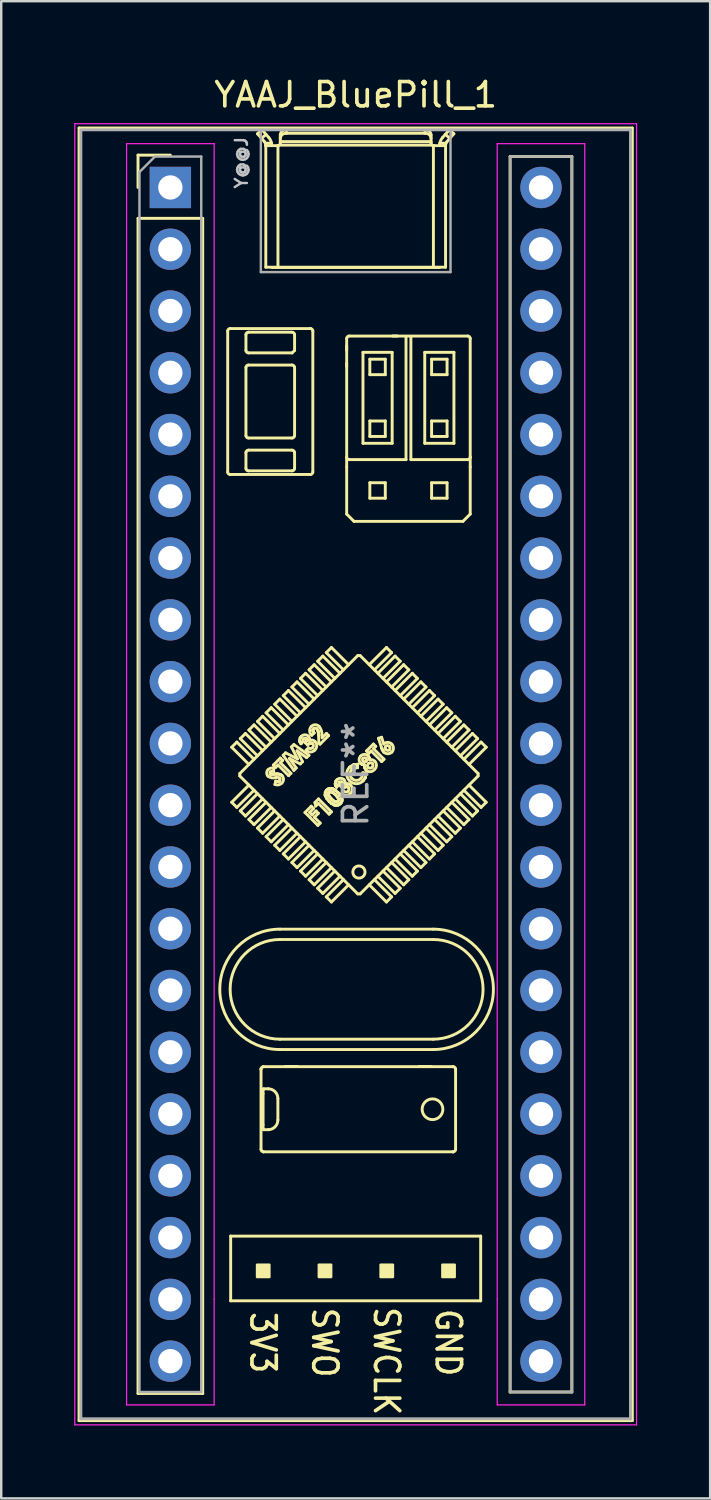
<source format=kicad_pcb>
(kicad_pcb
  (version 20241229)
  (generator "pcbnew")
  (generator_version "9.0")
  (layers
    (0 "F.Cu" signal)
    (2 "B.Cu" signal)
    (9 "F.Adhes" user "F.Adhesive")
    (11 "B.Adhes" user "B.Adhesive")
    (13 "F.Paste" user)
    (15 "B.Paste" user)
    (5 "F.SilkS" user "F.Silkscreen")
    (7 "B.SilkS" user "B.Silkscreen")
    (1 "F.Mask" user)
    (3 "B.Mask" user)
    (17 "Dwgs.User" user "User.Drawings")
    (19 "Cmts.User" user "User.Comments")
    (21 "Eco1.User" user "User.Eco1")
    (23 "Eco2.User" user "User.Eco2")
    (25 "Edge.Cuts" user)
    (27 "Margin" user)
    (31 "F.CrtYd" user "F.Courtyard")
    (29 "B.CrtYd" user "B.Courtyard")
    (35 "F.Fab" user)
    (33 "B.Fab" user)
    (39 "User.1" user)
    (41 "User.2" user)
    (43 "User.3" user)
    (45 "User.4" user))
  (footprint "YAAJ_BluePill_1"
    (layer "F.Cu")
    (at 3.955 4.658)
    (property "Reference" "YAAJ_BluePill_1" (at 7.62 -3.81 0) (layer "F.SilkS") (effects (font (size 1 1) (thickness 0.15))))
    (attr through_hole)
    (fp_line (start -3.755 -2.445) (end 18.995 -2.445) (stroke (width 0.12) (type solid)) (layer "F.SilkS"))
    (fp_line (start -3.755 50.705) (end -3.755 -2.445) (stroke (width 0.12) (type solid)) (layer "F.SilkS"))
    (fp_line (start -1.33 -1.33) (end 0 -1.33) (stroke (width 0.12) (type solid)) (layer "F.SilkS"))
    (fp_line (start -1.33 0) (end -1.33 -1.33) (stroke (width 0.12) (type solid)) (layer "F.SilkS"))
    (fp_line (start -1.33 1.27) (end 1.33 1.27) (stroke (width 0.12) (type solid)) (layer "F.SilkS"))
    (fp_line (start -1.33 49.59) (end -1.33 1.27) (stroke (width 0.12) (type solid)) (layer "F.SilkS"))
    (fp_line (start 1.33 1.27) (end 1.33 49.59) (stroke (width 0.12) (type solid)) (layer "F.SilkS"))
    (fp_line (start 1.33 49.59) (end -1.33 49.59) (stroke (width 0.12) (type solid)) (layer "F.SilkS"))
    (fp_line (start 2.358 5.902) (end 2.358 11.702) (stroke (width 0.12) (type solid)) (layer "F.SilkS"))
    (fp_line (start 2.458 11.802) (end 5.758 11.802) (stroke (width 0.12) (type solid)) (layer "F.SilkS"))
    (fp_line (start 2.48 43.12) (end 2.48 45.78) (stroke (width 0.12) (type solid)) (layer "F.SilkS"))
    (fp_line (start 2.48 45.78) (end 12.76 45.78) (stroke (width 0.12) (type solid)) (layer "F.SilkS"))
    (fp_line (start 2.522 23.017) (end 3.229 23.724) (stroke (width 0.12) (type solid)) (layer "F.SilkS"))
    (fp_line (start 2.522 25.28) (end 3.229 24.573) (stroke (width 0.12) (type solid)) (layer "F.SilkS"))
    (fp_line (start 2.734 22.805) (end 2.522 23.017) (stroke (width 0.12) (type solid)) (layer "F.SilkS"))
    (fp_line (start 2.734 22.805) (end 3.441 23.512) (stroke (width 0.12) (type solid)) (layer "F.SilkS"))
    (fp_line (start 2.734 25.492) (end 2.522 25.28) (stroke (width 0.12) (type solid)) (layer "F.SilkS"))
    (fp_line (start 2.734 25.492) (end 3.441 24.785) (stroke (width 0.12) (type solid)) (layer "F.SilkS"))
    (fp_line (start 2.855 24.199) (end 2.855 24.099) (stroke (width 0.12) (type solid)) (layer "F.SilkS"))
    (fp_line (start 2.855 24.199) (end 7.704 29.048) (stroke (width 0.12) (type solid)) (layer "F.SilkS"))
    (fp_line (start 2.875 22.664) (end 3.583 23.371) (stroke (width 0.12) (type solid)) (layer "F.SilkS"))
    (fp_line (start 2.875 25.634) (end 3.583 24.926) (stroke (width 0.12) (type solid)) (layer "F.SilkS"))
    (fp_line (start 3.088 22.452) (end 2.875 22.664) (stroke (width 0.12) (type solid)) (layer "F.SilkS"))
    (fp_line (start 3.088 22.452) (end 3.795 23.159) (stroke (width 0.12) (type solid)) (layer "F.SilkS"))
    (fp_line (start 3.088 25.846) (end 2.875 25.634) (stroke (width 0.12) (type solid)) (layer "F.SilkS"))
    (fp_line (start 3.088 25.846) (end 3.795 25.139) (stroke (width 0.12) (type solid)) (layer "F.SilkS"))
    (fp_line (start 3.108 6.702) (end 3.108 6.052) (stroke (width 0.12) (type solid)) (layer "F.SilkS"))
    (fp_line (start 3.108 10.202) (end 3.108 7.402) (stroke (width 0.12) (type solid)) (layer "F.SilkS"))
    (fp_line (start 3.108 11.552) (end 3.108 10.902) (stroke (width 0.12) (type solid)) (layer "F.SilkS"))
    (fp_line (start 3.208 5.952) (end 5.008 5.952) (stroke (width 0.12) (type solid)) (layer "F.SilkS"))
    (fp_line (start 3.208 7.302) (end 5.008 7.302) (stroke (width 0.12) (type solid)) (layer "F.SilkS"))
    (fp_line (start 3.208 10.802) (end 5.008 10.802) (stroke (width 0.12) (type solid)) (layer "F.SilkS"))
    (fp_line (start 3.229 22.31) (end 3.936 23.017) (stroke (width 0.12) (type solid)) (layer "F.SilkS"))
    (fp_line (start 3.229 25.987) (end 3.936 25.28) (stroke (width 0.12) (type solid)) (layer "F.SilkS"))
    (fp_line (start 3.441 22.098) (end 3.229 22.31) (stroke (width 0.12) (type solid)) (layer "F.SilkS"))
    (fp_line (start 3.441 22.098) (end 4.148 22.805) (stroke (width 0.12) (type solid)) (layer "F.SilkS"))
    (fp_line (start 3.441 26.199) (end 3.229 25.987) (stroke (width 0.12) (type solid)) (layer "F.SilkS"))
    (fp_line (start 3.441 26.199) (end 4.148 25.492) (stroke (width 0.12) (type solid)) (layer "F.SilkS"))
    (fp_line (start 3.583 -2.207) (end 3.861 -1.891) (stroke (width 0.12) (type solid)) (layer "F.SilkS"))
    (fp_line (start 3.583 21.957) (end 4.29 22.664) (stroke (width 0.12) (type solid)) (layer "F.SilkS"))
    (fp_line (start 3.583 26.341) (end 4.29 25.634) (stroke (width 0.12) (type solid)) (layer "F.SilkS"))
    (fp_line (start 3.728 36.253) (end 3.728 39.553) (stroke (width 0.12) (type solid)) (layer "F.SilkS"))
    (fp_line (start 3.728 36.252) (end 3.728 36.253) (stroke (width 0.12) (type solid)) (layer "F.SilkS"))
    (fp_line (start 3.748 -2.02) (end 3.933 -2.182) (stroke (width 0.12) (type solid)) (layer "F.SilkS"))
    (fp_line (start 3.767 -2.37) (end 3.583 -2.207) (stroke (width 0.12) (type solid)) (layer "F.SilkS"))
    (fp_line (start 3.795 21.744) (end 3.583 21.957) (stroke (width 0.12) (type solid)) (layer "F.SilkS"))
    (fp_line (start 3.795 21.744) (end 4.502 22.452) (stroke (width 0.12) (type solid)) (layer "F.SilkS"))
    (fp_line (start 3.795 26.553) (end 3.583 26.341) (stroke (width 0.12) (type solid)) (layer "F.SilkS"))
    (fp_line (start 3.795 26.553) (end 4.502 25.846) (stroke (width 0.12) (type solid)) (layer "F.SilkS"))
    (fp_line (start 3.812 38.544) (end 3.812 37.262) (stroke (width 0.12) (type solid)) (layer "F.SilkS"))
    (fp_line (start 3.827 39.653) (end 3.828 39.653) (stroke (width 0.12) (type solid)) (layer "F.SilkS"))
    (fp_line (start 3.828 36.153) (end 3.827 36.153) (stroke (width 0.12) (type solid)) (layer "F.SilkS"))
    (fp_line (start 3.828 36.153) (end 11.628 36.153) (stroke (width 0.12) (type solid)) (layer "F.SilkS"))
    (fp_line (start 3.828 39.653) (end 11.628 39.653) (stroke (width 0.12) (type solid)) (layer "F.SilkS"))
    (fp_line (start 3.834 38.744) (end 4.021 38.744) (stroke (width 0.12) (type solid)) (layer "F.SilkS"))
    (fp_line (start 3.924 -1.728) (end 3.929 -1.72) (stroke (width 0.12) (type solid)) (layer "F.SilkS"))
    (fp_line (start 3.924 -1.726) (end 3.924 -1.728) (stroke (width 0.12) (type solid)) (layer "F.SilkS"))
    (fp_line (start 3.924 -1.726) (end 3.924 3.28) (stroke (width 0.12) (type solid)) (layer "F.SilkS"))
    (fp_line (start 3.929 -1.72) (end 3.93 -1.72) (stroke (width 0.12) (type solid)) (layer "F.SilkS"))
    (fp_line (start 3.93 -1.72) (end 4.42 -1.72) (stroke (width 0.12) (type solid)) (layer "F.SilkS"))
    (fp_line (start 3.936 21.603) (end 4.643 22.31) (stroke (width 0.12) (type solid)) (layer "F.SilkS"))
    (fp_line (start 3.936 26.694) (end 4.643 25.987) (stroke (width 0.12) (type solid)) (layer "F.SilkS"))
    (fp_line (start 4.021 37.062) (end 3.834 37.062) (stroke (width 0.12) (type solid)) (layer "F.SilkS"))
    (fp_line (start 4.045 -2.055) (end 3.767 -2.37) (stroke (width 0.12) (type solid)) (layer "F.SilkS"))
    (fp_line (start 4.108 24.11) (end 4.126 24.122) (stroke (width 0.12) (type solid)) (layer "F.SilkS"))
    (fp_line (start 4.108 24.11) (end 4.126 24.122) (stroke (width 0.12) (type solid)) (layer "F.SilkS"))
    (fp_line (start 4.126 24.122) (end 4.142 24.127) (stroke (width 0.12) (type solid)) (layer "F.SilkS"))
    (fp_line (start 4.126 24.122) (end 4.142 24.127) (stroke (width 0.12) (type solid)) (layer "F.SilkS"))
    (fp_line (start 4.142 24.127) (end 4.221 24.127) (stroke (width 0.12) (type solid)) (layer "F.SilkS"))
    (fp_line (start 4.142 24.127) (end 4.221 24.127) (stroke (width 0.12) (type solid)) (layer "F.SilkS"))
    (fp_line (start 4.148 21.391) (end 3.936 21.603) (stroke (width 0.12) (type solid)) (layer "F.SilkS"))
    (fp_line (start 4.148 21.391) (end 4.855 22.098) (stroke (width 0.12) (type solid)) (layer "F.SilkS"))
    (fp_line (start 4.148 26.906) (end 3.936 26.694) (stroke (width 0.12) (type solid)) (layer "F.SilkS"))
    (fp_line (start 4.148 26.906) (end 4.855 26.199) (stroke (width 0.12) (type solid)) (layer "F.SilkS"))
    (fp_line (start 4.161 -1.82) (end 3.905 -1.82) (stroke (width 0.12) (type solid)) (layer "F.SilkS"))
    (fp_line (start 4.17 -1.72) (end 4.17 -1.724) (stroke (width 0.12) (type solid)) (layer "F.SilkS"))
    (fp_line (start 4.221 24.127) (end 4.283 24.123) (stroke (width 0.12) (type solid)) (layer "F.SilkS"))
    (fp_line (start 4.221 24.127) (end 4.283 24.123) (stroke (width 0.12) (type solid)) (layer "F.SilkS"))
    (fp_line (start 4.236 23.749) (end 4.522 23.463) (stroke (width 0.12) (type solid)) (layer "F.SilkS"))
    (fp_line (start 4.253 23.874) (end 4.247 24.011) (stroke (width 0.12) (type solid)) (layer "F.SilkS"))
    (fp_line (start 4.283 24.123) (end 4.355 24.118) (stroke (width 0.12) (type solid)) (layer "F.SilkS"))
    (fp_line (start 4.283 24.123) (end 4.355 24.118) (stroke (width 0.12) (type solid)) (layer "F.SilkS"))
    (fp_line (start 4.29 21.249) (end 4.997 21.957) (stroke (width 0.12) (type solid)) (layer "F.SilkS"))
    (fp_line (start 4.29 27.048) (end 4.997 26.341) (stroke (width 0.12) (type solid)) (layer "F.SilkS"))
    (fp_line (start 4.3 24.547) (end 4.334 24.413) (stroke (width 0.12) (type solid)) (layer "F.SilkS"))
    (fp_line (start 4.331 23.844) (end 4.236 23.749) (stroke (width 0.12) (type solid)) (layer "F.SilkS"))
    (fp_line (start 4.334 24.413) (end 4.424 24.424) (stroke (width 0.12) (type solid)) (layer "F.SilkS"))
    (fp_line (start 4.334 24.413) (end 4.424 24.424) (stroke (width 0.12) (type solid)) (layer "F.SilkS"))
    (fp_line (start 4.355 24.118) (end 4.412 24.116) (stroke (width 0.12) (type solid)) (layer "F.SilkS"))
    (fp_line (start 4.355 24.118) (end 4.412 24.116) (stroke (width 0.12) (type solid)) (layer "F.SilkS"))
    (fp_line (start 4.412 24.116) (end 4.518 24.135) (stroke (width 0.12) (type solid)) (layer "F.SilkS"))
    (fp_line (start 4.412 24.116) (end 4.518 24.135) (stroke (width 0.12) (type solid)) (layer "F.SilkS"))
    (fp_line (start 4.42 -1.72) (end 4.424 -1.72) (stroke (width 0.12) (type solid)) (layer "F.SilkS"))
    (fp_line (start 4.421 37.462) (end 4.421 38.344) (stroke (width 0.12) (type solid)) (layer "F.SilkS"))
    (fp_line (start 4.424 -1.72) (end 4.424 3.29) (stroke (width 0.12) (type solid)) (layer "F.SilkS"))
    (fp_line (start 4.424 24.424) (end 4.459 24.415) (stroke (width 0.12) (type solid)) (layer "F.SilkS"))
    (fp_line (start 4.424 24.424) (end 4.459 24.415) (stroke (width 0.12) (type solid)) (layer "F.SilkS"))
    (fp_line (start 4.427 23.749) (end 4.331 23.844) (stroke (width 0.12) (type solid)) (layer "F.SilkS"))
    (fp_line (start 4.459 24.415) (end 4.489 24.394) (stroke (width 0.12) (type solid)) (layer "F.SilkS"))
    (fp_line (start 4.459 24.415) (end 4.489 24.394) (stroke (width 0.12) (type solid)) (layer "F.SilkS"))
    (fp_line (start 4.502 21.037) (end 4.29 21.249) (stroke (width 0.12) (type solid)) (layer "F.SilkS"))
    (fp_line (start 4.502 21.037) (end 5.209 21.744) (stroke (width 0.12) (type solid)) (layer "F.SilkS"))
    (fp_line (start 4.502 27.26) (end 4.29 27.048) (stroke (width 0.12) (type solid)) (layer "F.SilkS"))
    (fp_line (start 4.502 27.26) (end 5.209 26.553) (stroke (width 0.12) (type solid)) (layer "F.SilkS"))
    (fp_line (start 4.508 30.923) (end 10.808 30.923) (stroke (width 0.12) (type solid)) (layer "F.SilkS"))
    (fp_line (start 4.508 35.448) (end 10.808 35.448) (stroke (width 0.12) (type solid)) (layer "F.SilkS"))
    (fp_line (start 4.518 24.135) (end 4.588 24.183) (stroke (width 0.12) (type solid)) (layer "F.SilkS"))
    (fp_line (start 4.518 24.135) (end 4.588 24.183) (stroke (width 0.12) (type solid)) (layer "F.SilkS"))
    (fp_line (start 4.52 -2.165) (end 4.52 -1.82) (stroke (width 0.12) (type solid)) (layer "F.SilkS"))
    (fp_line (start 4.52 -1.885) (end 10.72 -1.885) (stroke (width 0.12) (type solid)) (layer "F.SilkS"))
    (fp_line (start 4.522 23.463) (end 4.617 23.559) (stroke (width 0.12) (type solid)) (layer "F.SilkS"))
    (fp_line (start 4.522 23.654) (end 4.957 24.089) (stroke (width 0.12) (type solid)) (layer "F.SilkS"))
    (fp_line (start 4.617 23.559) (end 4.522 23.654) (stroke (width 0.12) (type solid)) (layer "F.SilkS"))
    (fp_line (start 4.639 23.347) (end 4.737 23.248) (stroke (width 0.12) (type solid)) (layer "F.SilkS"))
    (fp_line (start 4.643 20.896) (end 5.35 21.603) (stroke (width 0.12) (type solid)) (layer "F.SilkS"))
    (fp_line (start 4.643 27.401) (end 5.35 26.694) (stroke (width 0.12) (type solid)) (layer "F.SilkS"))
    (fp_line (start 4.737 23.248) (end 5.228 23.497) (stroke (width 0.12) (type solid)) (layer "F.SilkS"))
    (fp_line (start 4.77 -2.227) (end 4.77 -2.37) (stroke (width 0.12) (type solid)) (layer "F.SilkS"))
    (fp_line (start 4.855 20.684) (end 4.643 20.896) (stroke (width 0.12) (type solid)) (layer "F.SilkS"))
    (fp_line (start 4.855 20.684) (end 5.562 21.391) (stroke (width 0.12) (type solid)) (layer "F.SilkS"))
    (fp_line (start 4.855 27.613) (end 4.643 27.401) (stroke (width 0.12) (type solid)) (layer "F.SilkS"))
    (fp_line (start 4.855 27.613) (end 5.562 26.906) (stroke (width 0.12) (type solid)) (layer "F.SilkS"))
    (fp_line (start 4.862 24.184) (end 4.427 23.749) (stroke (width 0.12) (type solid)) (layer "F.SilkS"))
    (fp_line (start 4.897 23.479) (end 5.176 23.87) (stroke (width 0.12) (type solid)) (layer "F.SilkS"))
    (fp_line (start 4.957 24.089) (end 4.862 24.184) (stroke (width 0.12) (type solid)) (layer "F.SilkS"))
    (fp_line (start 4.98 23.005) (end 5.078 22.907) (stroke (width 0.12) (type solid)) (layer "F.SilkS"))
    (fp_line (start 4.997 20.542) (end 5.704 21.249) (stroke (width 0.12) (type solid)) (layer "F.SilkS"))
    (fp_line (start 4.997 27.755) (end 5.704 27.048) (stroke (width 0.12) (type solid)) (layer "F.SilkS"))
    (fp_line (start 5.008 6.802) (end 3.208 6.802) (stroke (width 0.12) (type solid)) (layer "F.SilkS"))
    (fp_line (start 5.008 10.302) (end 3.208 10.302) (stroke (width 0.12) (type solid)) (layer "F.SilkS"))
    (fp_line (start 5.008 11.652) (end 3.208 11.652) (stroke (width 0.12) (type solid)) (layer "F.SilkS"))
    (fp_line (start 5.078 22.907) (end 5.698 23.348) (stroke (width 0.12) (type solid)) (layer "F.SilkS"))
    (fp_line (start 5.079 23.967) (end 4.639 23.347) (stroke (width 0.12) (type solid)) (layer "F.SilkS"))
    (fp_line (start 5.108 6.052) (end 5.108 6.702) (stroke (width 0.12) (type solid)) (layer "F.SilkS"))
    (fp_line (start 5.108 6.702) (end 5.008 6.802) (stroke (width 0.12) (type solid)) (layer "F.SilkS"))
    (fp_line (start 5.108 7.402) (end 5.108 10.202) (stroke (width 0.12) (type solid)) (layer "F.SilkS"))
    (fp_line (start 5.108 10.902) (end 5.108 11.552) (stroke (width 0.12) (type solid)) (layer "F.SilkS"))
    (fp_line (start 5.176 23.87) (end 5.079 23.967) (stroke (width 0.12) (type solid)) (layer "F.SilkS"))
    (fp_line (start 5.209 20.33) (end 4.997 20.542) (stroke (width 0.12) (type solid)) (layer "F.SilkS"))
    (fp_line (start 5.209 20.33) (end 5.916 21.037) (stroke (width 0.12) (type solid)) (layer "F.SilkS"))
    (fp_line (start 5.209 27.967) (end 4.997 27.755) (stroke (width 0.12) (type solid)) (layer "F.SilkS"))
    (fp_line (start 5.209 27.967) (end 5.916 27.26) (stroke (width 0.12) (type solid)) (layer "F.SilkS"))
    (fp_line (start 5.21 23.166) (end 5.435 23.611) (stroke (width 0.12) (type solid)) (layer "F.SilkS"))
    (fp_line (start 5.228 36.143) (end 4.728 36.143) (stroke (width 0.12) (type solid)) (layer "F.SilkS"))
    (fp_line (start 5.228 23.497) (end 4.98 23.005) (stroke (width 0.12) (type solid)) (layer "F.SilkS"))
    (fp_line (start 5.319 22.738) (end 5.339 22.637) (stroke (width 0.12) (type solid)) (layer "F.SilkS"))
    (fp_line (start 5.319 22.738) (end 5.339 22.637) (stroke (width 0.12) (type solid)) (layer "F.SilkS"))
    (fp_line (start 5.331 22.801) (end 5.319 22.738) (stroke (width 0.12) (type solid)) (layer "F.SilkS"))
    (fp_line (start 5.331 22.801) (end 5.319 22.738) (stroke (width 0.12) (type solid)) (layer "F.SilkS"))
    (fp_line (start 5.339 22.637) (end 5.387 22.571) (stroke (width 0.12) (type solid)) (layer "F.SilkS"))
    (fp_line (start 5.339 22.637) (end 5.387 22.571) (stroke (width 0.12) (type solid)) (layer "F.SilkS"))
    (fp_line (start 5.342 23.704) (end 4.897 23.479) (stroke (width 0.12) (type solid)) (layer "F.SilkS"))
    (fp_line (start 5.35 20.189) (end 6.057 20.896) (stroke (width 0.12) (type solid)) (layer "F.SilkS"))
    (fp_line (start 5.35 28.108) (end 6.057 27.401) (stroke (width 0.12) (type solid)) (layer "F.SilkS"))
    (fp_line (start 5.372 22.872) (end 5.331 22.801) (stroke (width 0.12) (type solid)) (layer "F.SilkS"))
    (fp_line (start 5.372 22.872) (end 5.331 22.801) (stroke (width 0.12) (type solid)) (layer "F.SilkS"))
    (fp_line (start 5.435 23.611) (end 5.342 23.704) (stroke (width 0.12) (type solid)) (layer "F.SilkS"))
    (fp_line (start 5.467 22.777) (end 5.372 22.872) (stroke (width 0.12) (type solid)) (layer "F.SilkS"))
    (fp_line (start 5.535 25.7) (end 5.793 25.442) (stroke (width 0.12) (type solid)) (layer "F.SilkS"))
    (fp_line (start 5.549 22.831) (end 5.6 22.752) (stroke (width 0.12) (type solid)) (layer "F.SilkS"))
    (fp_line (start 5.549 22.831) (end 5.6 22.752) (stroke (width 0.12) (type solid)) (layer "F.SilkS"))
    (fp_line (start 5.562 19.977) (end 5.35 20.189) (stroke (width 0.12) (type solid)) (layer "F.SilkS"))
    (fp_line (start 5.562 19.977) (end 6.27 20.684) (stroke (width 0.12) (type solid)) (layer "F.SilkS"))
    (fp_line (start 5.562 28.321) (end 5.35 28.108) (stroke (width 0.12) (type solid)) (layer "F.SilkS"))
    (fp_line (start 5.562 28.321) (end 6.27 27.613) (stroke (width 0.12) (type solid)) (layer "F.SilkS"))
    (fp_line (start 5.583 23.137) (end 5.678 23.042) (stroke (width 0.12) (type solid)) (layer "F.SilkS"))
    (fp_line (start 5.598 22.683) (end 5.585 22.664) (stroke (width 0.12) (type solid)) (layer "F.SilkS"))
    (fp_line (start 5.598 22.683) (end 5.585 22.664) (stroke (width 0.12) (type solid)) (layer "F.SilkS"))
    (fp_line (start 5.6 22.752) (end 5.605 22.706) (stroke (width 0.12) (type solid)) (layer "F.SilkS"))
    (fp_line (start 5.6 22.752) (end 5.605 22.706) (stroke (width 0.12) (type solid)) (layer "F.SilkS"))
    (fp_line (start 5.602 23.444) (end 5.21 23.166) (stroke (width 0.12) (type solid)) (layer "F.SilkS"))
    (fp_line (start 5.605 22.706) (end 5.598 22.683) (stroke (width 0.12) (type solid)) (layer "F.SilkS"))
    (fp_line (start 5.605 22.706) (end 5.598 22.683) (stroke (width 0.12) (type solid)) (layer "F.SilkS"))
    (fp_line (start 5.637 22.92) (end 5.549 22.831) (stroke (width 0.12) (type solid)) (layer "F.SilkS"))
    (fp_line (start 5.698 23.348) (end 5.602 23.444) (stroke (width 0.12) (type solid)) (layer "F.SilkS"))
    (fp_line (start 5.704 19.835) (end 6.411 20.542) (stroke (width 0.12) (type solid)) (layer "F.SilkS"))
    (fp_line (start 5.704 28.462) (end 6.411 27.755) (stroke (width 0.12) (type solid)) (layer "F.SilkS"))
    (fp_line (start 5.725 25.7) (end 5.827 25.802) (stroke (width 0.12) (type solid)) (layer "F.SilkS"))
    (fp_line (start 5.738 22.854) (end 5.637 22.92) (stroke (width 0.12) (type solid)) (layer "F.SilkS"))
    (fp_line (start 5.738 22.854) (end 5.637 22.92) (stroke (width 0.12) (type solid)) (layer "F.SilkS"))
    (fp_line (start 5.758 5.802) (end 2.458 5.802) (stroke (width 0.12) (type solid)) (layer "F.SilkS"))
    (fp_line (start 5.762 5.802) (end 5.758 5.802) (stroke (width 0.12) (type solid)) (layer "F.SilkS"))
    (fp_line (start 5.793 25.442) (end 5.888 25.537) (stroke (width 0.12) (type solid)) (layer "F.SilkS"))
    (fp_line (start 5.798 22.849) (end 5.738 22.854) (stroke (width 0.12) (type solid)) (layer "F.SilkS"))
    (fp_line (start 5.798 22.849) (end 5.738 22.854) (stroke (width 0.12) (type solid)) (layer "F.SilkS"))
    (fp_line (start 5.827 25.802) (end 5.99 25.639) (stroke (width 0.12) (type solid)) (layer "F.SilkS"))
    (fp_line (start 5.827 22.858) (end 5.798 22.849) (stroke (width 0.12) (type solid)) (layer "F.SilkS"))
    (fp_line (start 5.827 22.858) (end 5.798 22.849) (stroke (width 0.12) (type solid)) (layer "F.SilkS"))
    (fp_line (start 5.852 22.876) (end 5.827 22.858) (stroke (width 0.12) (type solid)) (layer "F.SilkS"))
    (fp_line (start 5.852 22.876) (end 5.827 22.858) (stroke (width 0.12) (type solid)) (layer "F.SilkS"))
    (fp_line (start 5.858 11.702) (end 5.858 5.902) (stroke (width 0.12) (type solid)) (layer "F.SilkS"))
    (fp_line (start 5.862 22.307) (end 5.866 22.36) (stroke (width 0.12) (type solid)) (layer "F.SilkS"))
    (fp_line (start 5.862 22.307) (end 5.866 22.36) (stroke (width 0.12) (type solid)) (layer "F.SilkS"))
    (fp_line (start 5.866 22.36) (end 5.909 22.43) (stroke (width 0.12) (type solid)) (layer "F.SilkS"))
    (fp_line (start 5.866 22.36) (end 5.909 22.43) (stroke (width 0.12) (type solid)) (layer "F.SilkS"))
    (fp_line (start 5.887 22.261) (end 5.862 22.307) (stroke (width 0.12) (type solid)) (layer "F.SilkS"))
    (fp_line (start 5.887 22.261) (end 5.862 22.307) (stroke (width 0.12) (type solid)) (layer "F.SilkS"))
    (fp_line (start 5.888 25.537) (end 5.725 25.7) (stroke (width 0.12) (type solid)) (layer "F.SilkS"))
    (fp_line (start 5.909 22.43) (end 5.814 22.525) (stroke (width 0.12) (type solid)) (layer "F.SilkS"))
    (fp_line (start 5.916 19.623) (end 5.704 19.835) (stroke (width 0.12) (type solid)) (layer "F.SilkS"))
    (fp_line (start 5.916 19.623) (end 6.623 20.33) (stroke (width 0.12) (type solid)) (layer "F.SilkS"))
    (fp_line (start 5.916 28.674) (end 5.704 28.462) (stroke (width 0.12) (type solid)) (layer "F.SilkS"))
    (fp_line (start 5.916 28.674) (end 6.623 27.967) (stroke (width 0.12) (type solid)) (layer "F.SilkS"))
    (fp_line (start 5.922 25.898) (end 6.16 26.136) (stroke (width 0.12) (type solid)) (layer "F.SilkS"))
    (fp_line (start 5.945 25.29) (end 6.092 25.143) (stroke (width 0.12) (type solid)) (layer "F.SilkS"))
    (fp_line (start 5.977 25.435) (end 5.945 25.29) (stroke (width 0.12) (type solid)) (layer "F.SilkS"))
    (fp_line (start 5.99 25.639) (end 6.086 25.734) (stroke (width 0.12) (type solid)) (layer "F.SilkS"))
    (fp_line (start 6.057 19.482) (end 6.765 20.189) (stroke (width 0.12) (type solid)) (layer "F.SilkS"))
    (fp_line (start 6.057 28.815) (end 6.765 28.108) (stroke (width 0.12) (type solid)) (layer "F.SilkS"))
    (fp_line (start 6.065 26.231) (end 5.535 25.7) (stroke (width 0.12) (type solid)) (layer "F.SilkS"))
    (fp_line (start 6.08 22.368) (end 6.027 22.263) (stroke (width 0.12) (type solid)) (layer "F.SilkS"))
    (fp_line (start 6.08 22.368) (end 6.027 22.263) (stroke (width 0.12) (type solid)) (layer "F.SilkS"))
    (fp_line (start 6.086 25.326) (end 5.977 25.435) (stroke (width 0.12) (type solid)) (layer "F.SilkS"))
    (fp_line (start 6.086 25.734) (end 5.922 25.898) (stroke (width 0.12) (type solid)) (layer "F.SilkS"))
    (fp_line (start 6.092 25.143) (end 6.623 25.673) (stroke (width 0.12) (type solid)) (layer "F.SilkS"))
    (fp_line (start 6.095 22.52) (end 6.08 22.368) (stroke (width 0.12) (type solid)) (layer "F.SilkS"))
    (fp_line (start 6.095 22.52) (end 6.08 22.368) (stroke (width 0.12) (type solid)) (layer "F.SilkS"))
    (fp_line (start 6.105 22.844) (end 6.095 22.52) (stroke (width 0.12) (type solid)) (layer "F.SilkS"))
    (fp_line (start 6.154 22.892) (end 6.105 22.844) (stroke (width 0.12) (type solid)) (layer "F.SilkS"))
    (fp_line (start 6.16 26.136) (end 6.065 26.231) (stroke (width 0.12) (type solid)) (layer "F.SilkS"))
    (fp_line (start 6.232 22.51) (end 6.24 22.629) (stroke (width 0.12) (type solid)) (layer "F.SilkS"))
    (fp_line (start 6.24 22.629) (end 6.419 22.45) (stroke (width 0.12) (type solid)) (layer "F.SilkS"))
    (fp_line (start 6.27 19.27) (end 6.057 19.482) (stroke (width 0.12) (type solid)) (layer "F.SilkS"))
    (fp_line (start 6.27 19.27) (end 6.977 19.977) (stroke (width 0.12) (type solid)) (layer "F.SilkS"))
    (fp_line (start 6.27 29.028) (end 6.057 28.815) (stroke (width 0.12) (type solid)) (layer "F.SilkS"))
    (fp_line (start 6.27 29.028) (end 6.977 28.321) (stroke (width 0.12) (type solid)) (layer "F.SilkS"))
    (fp_line (start 6.365 24.988) (end 6.373 24.863) (stroke (width 0.12) (type solid)) (layer "F.SilkS"))
    (fp_line (start 6.365 24.988) (end 6.373 24.863) (stroke (width 0.12) (type solid)) (layer "F.SilkS"))
    (fp_line (start 6.373 24.863) (end 6.427 24.781) (stroke (width 0.12) (type solid)) (layer "F.SilkS"))
    (fp_line (start 6.373 24.863) (end 6.427 24.781) (stroke (width 0.12) (type solid)) (layer "F.SilkS"))
    (fp_line (start 6.411 19.128) (end 7.118 19.835) (stroke (width 0.12) (type solid)) (layer "F.SilkS"))
    (fp_line (start 6.411 29.169) (end 7.118 28.462) (stroke (width 0.12) (type solid)) (layer "F.SilkS"))
    (fp_line (start 6.419 22.45) (end 6.507 22.539) (stroke (width 0.12) (type solid)) (layer "F.SilkS"))
    (fp_line (start 6.421 25.111) (end 6.365 24.988) (stroke (width 0.12) (type solid)) (layer "F.SilkS"))
    (fp_line (start 6.421 25.111) (end 6.365 24.988) (stroke (width 0.12) (type solid)) (layer "F.SilkS"))
    (fp_line (start 6.427 24.781) (end 6.48 24.74) (stroke (width 0.12) (type solid)) (layer "F.SilkS"))
    (fp_line (start 6.427 24.781) (end 6.48 24.74) (stroke (width 0.12) (type solid)) (layer "F.SilkS"))
    (fp_line (start 6.48 24.74) (end 6.541 24.715) (stroke (width 0.12) (type solid)) (layer "F.SilkS"))
    (fp_line (start 6.48 24.74) (end 6.541 24.715) (stroke (width 0.12) (type solid)) (layer "F.SilkS"))
    (fp_line (start 6.496 24.948) (end 6.524 25.024) (stroke (width 0.12) (type solid)) (layer "F.SilkS"))
    (fp_line (start 6.496 24.948) (end 6.524 25.024) (stroke (width 0.12) (type solid)) (layer "F.SilkS"))
    (fp_line (start 6.503 24.908) (end 6.496 24.948) (stroke (width 0.12) (type solid)) (layer "F.SilkS"))
    (fp_line (start 6.503 24.908) (end 6.496 24.948) (stroke (width 0.12) (type solid)) (layer "F.SilkS"))
    (fp_line (start 6.507 22.539) (end 6.154 22.892) (stroke (width 0.12) (type solid)) (layer "F.SilkS"))
    (fp_line (start 6.524 25.024) (end 6.629 25.149) (stroke (width 0.12) (type solid)) (layer "F.SilkS"))
    (fp_line (start 6.524 25.024) (end 6.629 25.149) (stroke (width 0.12) (type solid)) (layer "F.SilkS"))
    (fp_line (start 6.525 24.874) (end 6.503 24.908) (stroke (width 0.12) (type solid)) (layer "F.SilkS"))
    (fp_line (start 6.525 24.874) (end 6.503 24.908) (stroke (width 0.12) (type solid)) (layer "F.SilkS"))
    (fp_line (start 6.528 25.768) (end 6.086 25.326) (stroke (width 0.12) (type solid)) (layer "F.SilkS"))
    (fp_line (start 6.533 25.243) (end 6.421 25.111) (stroke (width 0.12) (type solid)) (layer "F.SilkS"))
    (fp_line (start 6.533 25.243) (end 6.421 25.111) (stroke (width 0.12) (type solid)) (layer "F.SilkS"))
    (fp_line (start 6.541 24.715) (end 6.608 24.71) (stroke (width 0.12) (type solid)) (layer "F.SilkS"))
    (fp_line (start 6.541 24.715) (end 6.608 24.71) (stroke (width 0.12) (type solid)) (layer "F.SilkS"))
    (fp_line (start 6.558 24.852) (end 6.525 24.874) (stroke (width 0.12) (type solid)) (layer "F.SilkS"))
    (fp_line (start 6.558 24.852) (end 6.525 24.874) (stroke (width 0.12) (type solid)) (layer "F.SilkS"))
    (fp_line (start 6.597 24.848) (end 6.558 24.852) (stroke (width 0.12) (type solid)) (layer "F.SilkS"))
    (fp_line (start 6.597 24.848) (end 6.558 24.852) (stroke (width 0.12) (type solid)) (layer "F.SilkS"))
    (fp_line (start 6.608 24.71) (end 6.673 24.725) (stroke (width 0.12) (type solid)) (layer "F.SilkS"))
    (fp_line (start 6.608 24.71) (end 6.673 24.725) (stroke (width 0.12) (type solid)) (layer "F.SilkS"))
    (fp_line (start 6.623 25.673) (end 6.528 25.768) (stroke (width 0.12) (type solid)) (layer "F.SilkS"))
    (fp_line (start 6.623 18.916) (end 6.411 19.128) (stroke (width 0.12) (type solid)) (layer "F.SilkS"))
    (fp_line (start 6.623 18.916) (end 7.33 19.623) (stroke (width 0.12) (type solid)) (layer "F.SilkS"))
    (fp_line (start 6.623 29.381) (end 6.411 29.169) (stroke (width 0.12) (type solid)) (layer "F.SilkS"))
    (fp_line (start 6.623 29.381) (end 7.33 28.674) (stroke (width 0.12) (type solid)) (layer "F.SilkS"))
    (fp_line (start 6.629 25.149) (end 6.749 25.246) (stroke (width 0.12) (type solid)) (layer "F.SilkS"))
    (fp_line (start 6.629 25.149) (end 6.749 25.246) (stroke (width 0.12) (type solid)) (layer "F.SilkS"))
    (fp_line (start 6.631 25.331) (end 6.533 25.243) (stroke (width 0.12) (type solid)) (layer "F.SilkS"))
    (fp_line (start 6.631 25.331) (end 6.533 25.243) (stroke (width 0.12) (type solid)) (layer "F.SilkS"))
    (fp_line (start 6.671 24.873) (end 6.597 24.848) (stroke (width 0.12) (type solid)) (layer "F.SilkS"))
    (fp_line (start 6.671 24.873) (end 6.597 24.848) (stroke (width 0.12) (type solid)) (layer "F.SilkS"))
    (fp_line (start 6.673 24.725) (end 6.788 24.789) (stroke (width 0.12) (type solid)) (layer "F.SilkS"))
    (fp_line (start 6.673 24.725) (end 6.788 24.789) (stroke (width 0.12) (type solid)) (layer "F.SilkS"))
    (fp_line (start 6.746 25.394) (end 6.631 25.331) (stroke (width 0.12) (type solid)) (layer "F.SilkS"))
    (fp_line (start 6.746 25.394) (end 6.631 25.331) (stroke (width 0.12) (type solid)) (layer "F.SilkS"))
    (fp_line (start 6.749 25.246) (end 6.822 25.268) (stroke (width 0.12) (type solid)) (layer "F.SilkS"))
    (fp_line (start 6.749 25.246) (end 6.822 25.268) (stroke (width 0.12) (type solid)) (layer "F.SilkS"))
    (fp_line (start 6.781 24.526) (end 6.801 24.425) (stroke (width 0.12) (type solid)) (layer "F.SilkS"))
    (fp_line (start 6.781 24.526) (end 6.801 24.425) (stroke (width 0.12) (type solid)) (layer "F.SilkS"))
    (fp_line (start 6.788 24.789) (end 6.888 24.878) (stroke (width 0.12) (type solid)) (layer "F.SilkS"))
    (fp_line (start 6.788 24.789) (end 6.888 24.878) (stroke (width 0.12) (type solid)) (layer "F.SilkS"))
    (fp_line (start 6.793 24.973) (end 6.671 24.873) (stroke (width 0.12) (type solid)) (layer "F.SilkS"))
    (fp_line (start 6.793 24.973) (end 6.671 24.873) (stroke (width 0.12) (type solid)) (layer "F.SilkS"))
    (fp_line (start 6.793 24.589) (end 6.781 24.526) (stroke (width 0.12) (type solid)) (layer "F.SilkS"))
    (fp_line (start 6.793 24.589) (end 6.781 24.526) (stroke (width 0.12) (type solid)) (layer "F.SilkS"))
    (fp_line (start 6.801 24.425) (end 6.849 24.359) (stroke (width 0.12) (type solid)) (layer "F.SilkS"))
    (fp_line (start 6.801 24.425) (end 6.849 24.359) (stroke (width 0.12) (type solid)) (layer "F.SilkS"))
    (fp_line (start 6.811 25.407) (end 6.746 25.394) (stroke (width 0.12) (type solid)) (layer "F.SilkS"))
    (fp_line (start 6.811 25.407) (end 6.746 25.394) (stroke (width 0.12) (type solid)) (layer "F.SilkS"))
    (fp_line (start 6.822 25.268) (end 6.86 25.262) (stroke (width 0.12) (type solid)) (layer "F.SilkS"))
    (fp_line (start 6.822 25.268) (end 6.86 25.262) (stroke (width 0.12) (type solid)) (layer "F.SilkS"))
    (fp_line (start 6.834 24.66) (end 6.793 24.589) (stroke (width 0.12) (type solid)) (layer "F.SilkS"))
    (fp_line (start 6.834 24.66) (end 6.793 24.589) (stroke (width 0.12) (type solid)) (layer "F.SilkS"))
    (fp_line (start 6.856 25.043) (end 6.793 24.973) (stroke (width 0.12) (type solid)) (layer "F.SilkS"))
    (fp_line (start 6.856 25.043) (end 6.793 24.973) (stroke (width 0.12) (type solid)) (layer "F.SilkS"))
    (fp_line (start 6.86 25.262) (end 6.892 25.241) (stroke (width 0.12) (type solid)) (layer "F.SilkS"))
    (fp_line (start 6.86 25.262) (end 6.892 25.241) (stroke (width 0.12) (type solid)) (layer "F.SilkS"))
    (fp_line (start 6.876 25.402) (end 6.811 25.407) (stroke (width 0.12) (type solid)) (layer "F.SilkS"))
    (fp_line (start 6.876 25.402) (end 6.811 25.407) (stroke (width 0.12) (type solid)) (layer "F.SilkS"))
    (fp_line (start 6.888 24.878) (end 6.976 24.977) (stroke (width 0.12) (type solid)) (layer "F.SilkS"))
    (fp_line (start 6.888 24.878) (end 6.976 24.977) (stroke (width 0.12) (type solid)) (layer "F.SilkS"))
    (fp_line (start 6.914 25.146) (end 6.856 25.043) (stroke (width 0.12) (type solid)) (layer "F.SilkS"))
    (fp_line (start 6.914 25.146) (end 6.856 25.043) (stroke (width 0.12) (type solid)) (layer "F.SilkS"))
    (fp_line (start 6.929 24.565) (end 6.834 24.66) (stroke (width 0.12) (type solid)) (layer "F.SilkS"))
    (fp_line (start 6.936 25.377) (end 6.876 25.402) (stroke (width 0.12) (type solid)) (layer "F.SilkS"))
    (fp_line (start 6.936 25.377) (end 6.876 25.402) (stroke (width 0.12) (type solid)) (layer "F.SilkS"))
    (fp_line (start 6.976 24.977) (end 7.041 25.092) (stroke (width 0.12) (type solid)) (layer "F.SilkS"))
    (fp_line (start 6.976 24.977) (end 7.041 25.092) (stroke (width 0.12) (type solid)) (layer "F.SilkS"))
    (fp_line (start 6.988 25.335) (end 6.936 25.377) (stroke (width 0.12) (type solid)) (layer "F.SilkS"))
    (fp_line (start 6.988 25.335) (end 6.936 25.377) (stroke (width 0.12) (type solid)) (layer "F.SilkS"))
    (fp_line (start 7.01 24.619) (end 7.062 24.54) (stroke (width 0.12) (type solid)) (layer "F.SilkS"))
    (fp_line (start 7.01 24.619) (end 7.062 24.54) (stroke (width 0.12) (type solid)) (layer "F.SilkS"))
    (fp_line (start 7.029 25.284) (end 6.988 25.335) (stroke (width 0.12) (type solid)) (layer "F.SilkS"))
    (fp_line (start 7.029 25.284) (end 6.988 25.335) (stroke (width 0.12) (type solid)) (layer "F.SilkS"))
    (fp_line (start 7.041 25.092) (end 7.057 25.157) (stroke (width 0.12) (type solid)) (layer "F.SilkS"))
    (fp_line (start 7.041 25.092) (end 7.057 25.157) (stroke (width 0.12) (type solid)) (layer "F.SilkS"))
    (fp_line (start 7.044 24.925) (end 7.14 24.83) (stroke (width 0.12) (type solid)) (layer "F.SilkS"))
    (fp_line (start 7.054 25.223) (end 7.029 25.284) (stroke (width 0.12) (type solid)) (layer "F.SilkS"))
    (fp_line (start 7.054 25.223) (end 7.029 25.284) (stroke (width 0.12) (type solid)) (layer "F.SilkS"))
    (fp_line (start 7.057 25.157) (end 7.054 25.223) (stroke (width 0.12) (type solid)) (layer "F.SilkS"))
    (fp_line (start 7.057 25.157) (end 7.054 25.223) (stroke (width 0.12) (type solid)) (layer "F.SilkS"))
    (fp_line (start 7.06 24.471) (end 7.047 24.452) (stroke (width 0.12) (type solid)) (layer "F.SilkS"))
    (fp_line (start 7.06 24.471) (end 7.047 24.452) (stroke (width 0.12) (type solid)) (layer "F.SilkS"))
    (fp_line (start 7.062 24.54) (end 7.067 24.494) (stroke (width 0.12) (type solid)) (layer "F.SilkS"))
    (fp_line (start 7.062 24.54) (end 7.067 24.494) (stroke (width 0.12) (type solid)) (layer "F.SilkS"))
    (fp_line (start 7.067 24.494) (end 7.06 24.471) (stroke (width 0.12) (type solid)) (layer "F.SilkS"))
    (fp_line (start 7.067 24.494) (end 7.06 24.471) (stroke (width 0.12) (type solid)) (layer "F.SilkS"))
    (fp_line (start 7.099 24.708) (end 7.01 24.619) (stroke (width 0.12) (type solid)) (layer "F.SilkS"))
    (fp_line (start 7.2 24.642) (end 7.099 24.708) (stroke (width 0.12) (type solid)) (layer "F.SilkS"))
    (fp_line (start 7.2 24.642) (end 7.099 24.708) (stroke (width 0.12) (type solid)) (layer "F.SilkS"))
    (fp_line (start 7.249 6.502) (end 7.249 6.691) (stroke (width 0.12) (type solid)) (layer "F.SilkS"))
    (fp_line (start 7.249 7.231) (end 7.249 7.265) (stroke (width 0.12) (type solid)) (layer "F.SilkS"))
    (fp_line (start 7.249 7.315) (end 7.249 7.359) (stroke (width 0.12) (type solid)) (layer "F.SilkS"))
    (fp_line (start 7.25 11.09) (end 7.25 6.21) (stroke (width 0.12) (type solid)) (layer "F.SilkS"))
    (fp_line (start 7.25 11.09) (end 7.25 11.49) (stroke (width 0.12) (type solid)) (layer "F.SilkS"))
    (fp_line (start 7.25 11.49) (end 7.25 13.43) (stroke (width 0.12) (type solid)) (layer "F.SilkS"))
    (fp_line (start 7.25 13.43) (end 7.55 13.73) (stroke (width 0.12) (type solid)) (layer "F.SilkS"))
    (fp_line (start 7.26 24.637) (end 7.2 24.642) (stroke (width 0.12) (type solid)) (layer "F.SilkS"))
    (fp_line (start 7.26 24.637) (end 7.2 24.642) (stroke (width 0.12) (type solid)) (layer "F.SilkS"))
    (fp_line (start 7.289 24.646) (end 7.26 24.637) (stroke (width 0.12) (type solid)) (layer "F.SilkS"))
    (fp_line (start 7.289 24.646) (end 7.26 24.637) (stroke (width 0.12) (type solid)) (layer "F.SilkS"))
    (fp_line (start 7.314 24.664) (end 7.289 24.646) (stroke (width 0.12) (type solid)) (layer "F.SilkS"))
    (fp_line (start 7.314 24.664) (end 7.289 24.646) (stroke (width 0.12) (type solid)) (layer "F.SilkS"))
    (fp_line (start 7.35 6.11) (end 12.23 6.11) (stroke (width 0.12) (type solid)) (layer "F.SilkS"))
    (fp_line (start 7.369 23.839) (end 7.542 23.736) (stroke (width 0.12) (type solid)) (layer "F.SilkS"))
    (fp_line (start 7.369 23.839) (end 7.542 23.736) (stroke (width 0.12) (type solid)) (layer "F.SilkS"))
    (fp_line (start 7.542 23.736) (end 7.701 23.719) (stroke (width 0.12) (type solid)) (layer "F.SilkS"))
    (fp_line (start 7.542 23.736) (end 7.701 23.719) (stroke (width 0.12) (type solid)) (layer "F.SilkS"))
    (fp_line (start 7.55 13.73) (end 12.03 13.73) (stroke (width 0.12) (type solid)) (layer "F.SilkS"))
    (fp_line (start 7.555 23.876) (end 7.46 23.938) (stroke (width 0.12) (type solid)) (layer "F.SilkS"))
    (fp_line (start 7.555 23.876) (end 7.46 23.938) (stroke (width 0.12) (type solid)) (layer "F.SilkS"))
    (fp_line (start 7.698 23.855) (end 7.555 23.876) (stroke (width 0.12) (type solid)) (layer "F.SilkS"))
    (fp_line (start 7.698 23.855) (end 7.555 23.876) (stroke (width 0.12) (type solid)) (layer "F.SilkS"))
    (fp_line (start 7.701 23.719) (end 7.698 23.855) (stroke (width 0.12) (type solid)) (layer "F.SilkS"))
    (fp_line (start 7.704 19.249) (end 2.855 24.099) (stroke (width 0.12) (type solid)) (layer "F.SilkS"))
    (fp_line (start 7.704 29.048) (end 7.804 29.048) (stroke (width 0.12) (type solid)) (layer "F.SilkS"))
    (fp_line (start 7.804 19.249) (end 7.704 19.249) (stroke (width 0.12) (type solid)) (layer "F.SilkS"))
    (fp_line (start 7.886 23.723) (end 7.825 23.68) (stroke (width 0.12) (type solid)) (layer "F.SilkS"))
    (fp_line (start 7.886 23.723) (end 7.825 23.68) (stroke (width 0.12) (type solid)) (layer "F.SilkS"))
    (fp_line (start 7.91 24.068) (end 8.049 24.071) (stroke (width 0.12) (type solid)) (layer "F.SilkS"))
    (fp_line (start 7.92 6.78) (end 9.12 6.78) (stroke (width 0.12) (type solid)) (layer "F.SilkS"))
    (fp_line (start 7.92 10.52) (end 7.92 6.78) (stroke (width 0.12) (type solid)) (layer "F.SilkS"))
    (fp_line (start 7.979 23.746) (end 7.886 23.723) (stroke (width 0.12) (type solid)) (layer "F.SilkS"))
    (fp_line (start 7.979 23.746) (end 7.886 23.723) (stroke (width 0.12) (type solid)) (layer "F.SilkS"))
    (fp_line (start 7.983 23.845) (end 7.979 23.746) (stroke (width 0.12) (type solid)) (layer "F.SilkS"))
    (fp_line (start 7.983 23.845) (end 7.979 23.746) (stroke (width 0.12) (type solid)) (layer "F.SilkS"))
    (fp_line (start 8.016 24.269) (end 7.925 24.398) (stroke (width 0.12) (type solid)) (layer "F.SilkS"))
    (fp_line (start 8.016 24.269) (end 7.925 24.398) (stroke (width 0.12) (type solid)) (layer "F.SilkS"))
    (fp_line (start 8.045 23.954) (end 7.983 23.845) (stroke (width 0.12) (type solid)) (layer "F.SilkS"))
    (fp_line (start 8.045 23.954) (end 7.983 23.845) (stroke (width 0.12) (type solid)) (layer "F.SilkS"))
    (fp_line (start 8.049 24.071) (end 8.016 24.269) (stroke (width 0.12) (type solid)) (layer "F.SilkS"))
    (fp_line (start 8.049 24.071) (end 8.016 24.269) (stroke (width 0.12) (type solid)) (layer "F.SilkS"))
    (fp_line (start 8.064 23.171) (end 8.35 22.886) (stroke (width 0.12) (type solid)) (layer "F.SilkS"))
    (fp_line (start 8.133 23.376) (end 8.182 23.456) (stroke (width 0.12) (type solid)) (layer "F.SilkS"))
    (fp_line (start 8.133 23.376) (end 8.182 23.456) (stroke (width 0.12) (type solid)) (layer "F.SilkS"))
    (fp_line (start 8.159 23.266) (end 8.064 23.171) (stroke (width 0.12) (type solid)) (layer "F.SilkS"))
    (fp_line (start 8.182 23.456) (end 8.196 23.529) (stroke (width 0.12) (type solid)) (layer "F.SilkS"))
    (fp_line (start 8.182 23.456) (end 8.196 23.529) (stroke (width 0.12) (type solid)) (layer "F.SilkS"))
    (fp_line (start 8.202 7.062) (end 8.838 7.062) (stroke (width 0.12) (type solid)) (layer "F.SilkS"))
    (fp_line (start 8.202 7.698) (end 8.202 7.062) (stroke (width 0.12) (type solid)) (layer "F.SilkS"))
    (fp_line (start 8.202 9.602) (end 8.838 9.602) (stroke (width 0.12) (type solid)) (layer "F.SilkS"))
    (fp_line (start 8.202 10.238) (end 8.202 9.602) (stroke (width 0.12) (type solid)) (layer "F.SilkS"))
    (fp_line (start 8.202 12.142) (end 8.838 12.142) (stroke (width 0.12) (type solid)) (layer "F.SilkS"))
    (fp_line (start 8.202 12.778) (end 8.202 12.142) (stroke (width 0.12) (type solid)) (layer "F.SilkS"))
    (fp_line (start 8.255 23.171) (end 8.159 23.266) (stroke (width 0.12) (type solid)) (layer "F.SilkS"))
    (fp_line (start 8.35 22.886) (end 8.445 22.981) (stroke (width 0.12) (type solid)) (layer "F.SilkS"))
    (fp_line (start 8.35 23.076) (end 8.785 23.511) (stroke (width 0.12) (type solid)) (layer "F.SilkS"))
    (fp_line (start 8.445 22.981) (end 8.35 23.076) (stroke (width 0.12) (type solid)) (layer "F.SilkS"))
    (fp_line (start 8.558 22.65) (end 8.685 22.608) (stroke (width 0.12) (type solid)) (layer "F.SilkS"))
    (fp_line (start 8.685 22.608) (end 8.775 22.882) (stroke (width 0.12) (type solid)) (layer "F.SilkS"))
    (fp_line (start 8.688 23.049) (end 8.558 22.65) (stroke (width 0.12) (type solid)) (layer "F.SilkS"))
    (fp_line (start 8.69 23.606) (end 8.255 23.171) (stroke (width 0.12) (type solid)) (layer "F.SilkS"))
    (fp_line (start 8.718 23.127) (end 8.688 23.049) (stroke (width 0.12) (type solid)) (layer "F.SilkS"))
    (fp_line (start 8.718 23.127) (end 8.688 23.049) (stroke (width 0.12) (type solid)) (layer "F.SilkS"))
    (fp_line (start 8.775 23.216) (end 8.718 23.127) (stroke (width 0.12) (type solid)) (layer "F.SilkS"))
    (fp_line (start 8.775 23.216) (end 8.718 23.127) (stroke (width 0.12) (type solid)) (layer "F.SilkS"))
    (fp_line (start 8.785 23.511) (end 8.69 23.606) (stroke (width 0.12) (type solid)) (layer "F.SilkS"))
    (fp_line (start 8.838 7.062) (end 8.838 7.698) (stroke (width 0.12) (type solid)) (layer "F.SilkS"))
    (fp_line (start 8.838 7.698) (end 8.202 7.698) (stroke (width 0.12) (type solid)) (layer "F.SilkS"))
    (fp_line (start 8.838 9.602) (end 8.838 10.238) (stroke (width 0.12) (type solid)) (layer "F.SilkS"))
    (fp_line (start 8.838 10.238) (end 8.202 10.238) (stroke (width 0.12) (type solid)) (layer "F.SilkS"))
    (fp_line (start 8.838 12.142) (end 8.838 12.778) (stroke (width 0.12) (type solid)) (layer "F.SilkS"))
    (fp_line (start 8.838 12.778) (end 8.202 12.778) (stroke (width 0.12) (type solid)) (layer "F.SilkS"))
    (fp_line (start 8.886 18.916) (end 8.179 19.623) (stroke (width 0.12) (type solid)) (layer "F.SilkS"))
    (fp_line (start 8.886 29.381) (end 8.179 28.674) (stroke (width 0.12) (type solid)) (layer "F.SilkS"))
    (fp_line (start 9.098 19.128) (end 8.391 19.835) (stroke (width 0.12) (type solid)) (layer "F.SilkS"))
    (fp_line (start 9.098 19.128) (end 8.886 18.916) (stroke (width 0.12) (type solid)) (layer "F.SilkS"))
    (fp_line (start 9.098 29.169) (end 8.391 28.462) (stroke (width 0.12) (type solid)) (layer "F.SilkS"))
    (fp_line (start 9.098 29.169) (end 8.886 29.381) (stroke (width 0.12) (type solid)) (layer "F.SilkS"))
    (fp_line (start 9.12 6.78) (end 9.12 10.52) (stroke (width 0.12) (type solid)) (layer "F.SilkS"))
    (fp_line (start 9.12 10.52) (end 7.92 10.52) (stroke (width 0.12) (type solid)) (layer "F.SilkS"))
    (fp_line (start 9.239 19.27) (end 8.532 19.977) (stroke (width 0.12) (type solid)) (layer "F.SilkS"))
    (fp_line (start 9.239 29.028) (end 8.532 28.321) (stroke (width 0.12) (type solid)) (layer "F.SilkS"))
    (fp_line (start 9.331 6.109) (end 9.142 6.109) (stroke (width 0.12) (type solid)) (layer "F.SilkS"))
    (fp_line (start 9.452 19.482) (end 8.744 20.189) (stroke (width 0.12) (type solid)) (layer "F.SilkS"))
    (fp_line (start 9.452 19.482) (end 9.239 19.27) (stroke (width 0.12) (type solid)) (layer "F.SilkS"))
    (fp_line (start 9.452 28.815) (end 8.744 28.108) (stroke (width 0.12) (type solid)) (layer "F.SilkS"))
    (fp_line (start 9.452 28.815) (end 9.239 29.028) (stroke (width 0.12) (type solid)) (layer "F.SilkS"))
    (fp_line (start 9.593 19.623) (end 8.886 20.33) (stroke (width 0.12) (type solid)) (layer "F.SilkS"))
    (fp_line (start 9.593 28.674) (end 8.886 27.967) (stroke (width 0.12) (type solid)) (layer "F.SilkS"))
    (fp_line (start 9.69 11.19) (end 7.35 11.19) (stroke (width 0.12) (type solid)) (layer "F.SilkS"))
    (fp_line (start 9.69 11.19) (end 9.69 6.121) (stroke (width 0.12) (type solid)) (layer "F.SilkS"))
    (fp_line (start 9.805 19.835) (end 9.098 20.542) (stroke (width 0.12) (type solid)) (layer "F.SilkS"))
    (fp_line (start 9.805 19.835) (end 9.593 19.623) (stroke (width 0.12) (type solid)) (layer "F.SilkS"))
    (fp_line (start 9.805 28.462) (end 9.098 27.755) (stroke (width 0.12) (type solid)) (layer "F.SilkS"))
    (fp_line (start 9.805 28.462) (end 9.593 28.674) (stroke (width 0.12) (type solid)) (layer "F.SilkS"))
    (fp_line (start 9.89 6.121) (end 9.89 11.19) (stroke (width 0.12) (type solid)) (layer "F.SilkS"))
    (fp_line (start 9.947 19.977) (end 9.239 20.684) (stroke (width 0.12) (type solid)) (layer "F.SilkS"))
    (fp_line (start 9.947 28.321) (end 9.239 27.613) (stroke (width 0.12) (type solid)) (layer "F.SilkS"))
    (fp_line (start 10.159 20.189) (end 9.452 20.896) (stroke (width 0.12) (type solid)) (layer "F.SilkS"))
    (fp_line (start 10.159 20.189) (end 9.947 19.977) (stroke (width 0.12) (type solid)) (layer "F.SilkS"))
    (fp_line (start 10.159 28.108) (end 9.452 27.401) (stroke (width 0.12) (type solid)) (layer "F.SilkS"))
    (fp_line (start 10.159 28.108) (end 9.947 28.321) (stroke (width 0.12) (type solid)) (layer "F.SilkS"))
    (fp_line (start 10.228 36.143) (end 10.728 36.143) (stroke (width 0.12) (type solid)) (layer "F.SilkS"))
    (fp_line (start 10.3 20.33) (end 9.593 21.037) (stroke (width 0.12) (type solid)) (layer "F.SilkS"))
    (fp_line (start 10.3 27.967) (end 9.593 27.26) (stroke (width 0.12) (type solid)) (layer "F.SilkS"))
    (fp_line (start 10.46 6.78) (end 11.66 6.78) (stroke (width 0.12) (type solid)) (layer "F.SilkS"))
    (fp_line (start 10.46 10.52) (end 10.46 6.78) (stroke (width 0.12) (type solid)) (layer "F.SilkS"))
    (fp_line (start 10.47 -2.37) (end 4.77 -2.37) (stroke (width 0.12) (type solid)) (layer "F.SilkS"))
    (fp_line (start 10.47 -2.227) (end 4.77 -2.227) (stroke (width 0.12) (type solid)) (layer "F.SilkS"))
    (fp_line (start 10.47 -2.227) (end 10.47 -2.37) (stroke (width 0.12) (type solid)) (layer "F.SilkS"))
    (fp_line (start 10.512 20.542) (end 9.805 21.249) (stroke (width 0.12) (type solid)) (layer "F.SilkS"))
    (fp_line (start 10.512 20.542) (end 10.3 20.33) (stroke (width 0.12) (type solid)) (layer "F.SilkS"))
    (fp_line (start 10.512 27.755) (end 9.805 27.048) (stroke (width 0.12) (type solid)) (layer "F.SilkS"))
    (fp_line (start 10.512 27.755) (end 10.3 27.967) (stroke (width 0.12) (type solid)) (layer "F.SilkS"))
    (fp_line (start 10.654 20.684) (end 9.947 21.391) (stroke (width 0.12) (type solid)) (layer "F.SilkS"))
    (fp_line (start 10.654 27.613) (end 9.947 26.906) (stroke (width 0.12) (type solid)) (layer "F.SilkS"))
    (fp_line (start 10.72 -2.165) (end 10.72 -1.82) (stroke (width 0.12) (type solid)) (layer "F.SilkS"))
    (fp_line (start 10.742 7.062) (end 11.378 7.062) (stroke (width 0.12) (type solid)) (layer "F.SilkS"))
    (fp_line (start 10.742 7.698) (end 10.742 7.062) (stroke (width 0.12) (type solid)) (layer "F.SilkS"))
    (fp_line (start 10.742 9.602) (end 11.378 9.602) (stroke (width 0.12) (type solid)) (layer "F.SilkS"))
    (fp_line (start 10.742 10.238) (end 10.742 9.602) (stroke (width 0.12) (type solid)) (layer "F.SilkS"))
    (fp_line (start 10.742 12.142) (end 11.378 12.142) (stroke (width 0.12) (type solid)) (layer "F.SilkS"))
    (fp_line (start 10.742 12.778) (end 10.742 12.142) (stroke (width 0.12) (type solid)) (layer "F.SilkS"))
    (fp_line (start 10.758 -1.741) (end 4.482 -1.741) (stroke (width 0.12) (type solid)) (layer "F.SilkS"))
    (fp_line (start 10.808 30.498) (end 4.508 30.498) (stroke (width 0.12) (type solid)) (layer "F.SilkS"))
    (fp_line (start 10.808 35.023) (end 4.508 35.023) (stroke (width 0.12) (type solid)) (layer "F.SilkS"))
    (fp_line (start 10.816 -1.72) (end 10.816 3.29) (stroke (width 0.12) (type solid)) (layer "F.SilkS"))
    (fp_line (start 10.82 -1.72) (end 10.816 -1.72) (stroke (width 0.12) (type solid)) (layer "F.SilkS"))
    (fp_line (start 10.866 20.896) (end 10.159 21.603) (stroke (width 0.12) (type solid)) (layer "F.SilkS"))
    (fp_line (start 10.866 20.896) (end 10.654 20.684) (stroke (width 0.12) (type solid)) (layer "F.SilkS"))
    (fp_line (start 10.866 27.401) (end 10.159 26.694) (stroke (width 0.12) (type solid)) (layer "F.SilkS"))
    (fp_line (start 10.866 27.401) (end 10.654 27.613) (stroke (width 0.12) (type solid)) (layer "F.SilkS"))
    (fp_line (start 11.007 21.037) (end 10.3 21.744) (stroke (width 0.12) (type solid)) (layer "F.SilkS"))
    (fp_line (start 11.007 27.26) (end 10.3 26.553) (stroke (width 0.12) (type solid)) (layer "F.SilkS"))
    (fp_line (start 11.07 -1.72) (end 11.07 -1.724) (stroke (width 0.12) (type solid)) (layer "F.SilkS"))
    (fp_line (start 11.07 3.29) (end 4.17 3.29) (stroke (width 0.12) (type solid)) (layer "F.SilkS"))
    (fp_line (start 11.079 -1.82) (end 11.335 -1.82) (stroke (width 0.12) (type solid)) (layer "F.SilkS"))
    (fp_line (start 11.195 -2.055) (end 11.473 -2.37) (stroke (width 0.12) (type solid)) (layer "F.SilkS"))
    (fp_line (start 11.219 21.249) (end 10.512 21.957) (stroke (width 0.12) (type solid)) (layer "F.SilkS"))
    (fp_line (start 11.219 21.249) (end 11.007 21.037) (stroke (width 0.12) (type solid)) (layer "F.SilkS"))
    (fp_line (start 11.219 27.048) (end 10.512 26.341) (stroke (width 0.12) (type solid)) (layer "F.SilkS"))
    (fp_line (start 11.219 27.048) (end 11.007 27.26) (stroke (width 0.12) (type solid)) (layer "F.SilkS"))
    (fp_line (start 11.31 -1.72) (end 10.82 -1.72) (stroke (width 0.12) (type solid)) (layer "F.SilkS"))
    (fp_line (start 11.311 -1.72) (end 11.31 -1.72) (stroke (width 0.12) (type solid)) (layer "F.SilkS"))
    (fp_line (start 11.316 -1.726) (end 11.316 3.28) (stroke (width 0.12) (type solid)) (layer "F.SilkS"))
    (fp_line (start 11.316 -1.726) (end 11.316 -1.728) (stroke (width 0.12) (type solid)) (layer "F.SilkS"))
    (fp_line (start 11.316 3.28) (end 3.924 3.28) (stroke (width 0.12) (type solid)) (layer "F.SilkS"))
    (fp_line (start 11.316 -1.728) (end 11.311 -1.72) (stroke (width 0.12) (type solid)) (layer "F.SilkS"))
    (fp_line (start 11.361 21.391) (end 10.654 22.098) (stroke (width 0.12) (type solid)) (layer "F.SilkS"))
    (fp_line (start 11.361 26.906) (end 10.654 26.199) (stroke (width 0.12) (type solid)) (layer "F.SilkS"))
    (fp_line (start 11.378 7.062) (end 11.378 7.698) (stroke (width 0.12) (type solid)) (layer "F.SilkS"))
    (fp_line (start 11.378 7.698) (end 10.742 7.698) (stroke (width 0.12) (type solid)) (layer "F.SilkS"))
    (fp_line (start 11.378 9.602) (end 11.378 10.238) (stroke (width 0.12) (type solid)) (layer "F.SilkS"))
    (fp_line (start 11.378 10.238) (end 10.742 10.238) (stroke (width 0.12) (type solid)) (layer "F.SilkS"))
    (fp_line (start 11.378 12.142) (end 11.378 12.778) (stroke (width 0.12) (type solid)) (layer "F.SilkS"))
    (fp_line (start 11.378 12.778) (end 10.742 12.778) (stroke (width 0.12) (type solid)) (layer "F.SilkS"))
    (fp_line (start 11.473 -2.37) (end 11.657 -2.207) (stroke (width 0.12) (type solid)) (layer "F.SilkS"))
    (fp_line (start 11.492 -2.02) (end 11.307 -2.182) (stroke (width 0.12) (type solid)) (layer "F.SilkS"))
    (fp_line (start 11.573 21.603) (end 10.866 22.31) (stroke (width 0.12) (type solid)) (layer "F.SilkS"))
    (fp_line (start 11.573 21.603) (end 11.361 21.391) (stroke (width 0.12) (type solid)) (layer "F.SilkS"))
    (fp_line (start 11.573 26.694) (end 10.866 25.987) (stroke (width 0.12) (type solid)) (layer "F.SilkS"))
    (fp_line (start 11.573 26.694) (end 11.361 26.906) (stroke (width 0.12) (type solid)) (layer "F.SilkS"))
    (fp_line (start 11.628 39.653) (end 11.628 39.653) (stroke (width 0.12) (type solid)) (layer "F.SilkS"))
    (fp_line (start 11.628 36.153) (end 11.628 36.153) (stroke (width 0.12) (type solid)) (layer "F.SilkS"))
    (fp_line (start 11.629 39.653) (end 11.628 39.653) (stroke (width 0.12) (type solid)) (layer "F.SilkS"))
    (fp_line (start 11.657 -2.207) (end 11.379 -1.891) (stroke (width 0.12) (type solid)) (layer "F.SilkS"))
    (fp_line (start 11.66 6.78) (end 11.66 10.52) (stroke (width 0.12) (type solid)) (layer "F.SilkS"))
    (fp_line (start 11.66 10.52) (end 10.46 10.52) (stroke (width 0.12) (type solid)) (layer "F.SilkS"))
    (fp_line (start 11.714 21.744) (end 11.007 22.452) (stroke (width 0.12) (type solid)) (layer "F.SilkS"))
    (fp_line (start 11.714 26.553) (end 11.007 25.846) (stroke (width 0.12) (type solid)) (layer "F.SilkS"))
    (fp_line (start 11.728 36.253) (end 11.728 36.252) (stroke (width 0.12) (type solid)) (layer "F.SilkS"))
    (fp_line (start 11.728 36.253) (end 11.728 39.553) (stroke (width 0.12) (type solid)) (layer "F.SilkS"))
    (fp_line (start 11.926 21.957) (end 11.219 22.664) (stroke (width 0.12) (type solid)) (layer "F.SilkS"))
    (fp_line (start 11.926 21.957) (end 11.714 21.744) (stroke (width 0.12) (type solid)) (layer "F.SilkS"))
    (fp_line (start 11.926 26.341) (end 11.219 25.634) (stroke (width 0.12) (type solid)) (layer "F.SilkS"))
    (fp_line (start 11.926 26.341) (end 11.714 26.553) (stroke (width 0.12) (type solid)) (layer "F.SilkS"))
    (fp_line (start 12.03 13.73) (end 12.33 13.43) (stroke (width 0.12) (type solid)) (layer "F.SilkS"))
    (fp_line (start 12.068 22.098) (end 11.361 22.805) (stroke (width 0.12) (type solid)) (layer "F.SilkS"))
    (fp_line (start 12.068 26.199) (end 11.361 25.492) (stroke (width 0.12) (type solid)) (layer "F.SilkS"))
    (fp_line (start 12.23 11.19) (end 9.89 11.19) (stroke (width 0.12) (type solid)) (layer "F.SilkS"))
    (fp_line (start 12.28 22.31) (end 11.573 23.017) (stroke (width 0.12) (type solid)) (layer "F.SilkS"))
    (fp_line (start 12.28 22.31) (end 12.068 22.098) (stroke (width 0.12) (type solid)) (layer "F.SilkS"))
    (fp_line (start 12.28 25.987) (end 11.573 25.28) (stroke (width 0.12) (type solid)) (layer "F.SilkS"))
    (fp_line (start 12.28 25.987) (end 12.068 26.199) (stroke (width 0.12) (type solid)) (layer "F.SilkS"))
    (fp_line (start 12.33 6.21) (end 12.33 11.09) (stroke (width 0.12) (type solid)) (layer "F.SilkS"))
    (fp_line (start 12.33 11.49) (end 12.33 11.09) (stroke (width 0.12) (type solid)) (layer "F.SilkS"))
    (fp_line (start 12.33 13.43) (end 12.33 11.49) (stroke (width 0.12) (type solid)) (layer "F.SilkS"))
    (fp_line (start 12.421 22.452) (end 11.714 23.159) (stroke (width 0.12) (type solid)) (layer "F.SilkS"))
    (fp_line (start 12.421 25.846) (end 11.714 25.139) (stroke (width 0.12) (type solid)) (layer "F.SilkS"))
    (fp_line (start 12.634 22.664) (end 11.926 23.371) (stroke (width 0.12) (type solid)) (layer "F.SilkS"))
    (fp_line (start 12.634 22.664) (end 12.421 22.452) (stroke (width 0.12) (type solid)) (layer "F.SilkS"))
    (fp_line (start 12.634 25.634) (end 11.926 24.926) (stroke (width 0.12) (type solid)) (layer "F.SilkS"))
    (fp_line (start 12.634 25.634) (end 12.421 25.846) (stroke (width 0.12) (type solid)) (layer "F.SilkS"))
    (fp_line (start 12.654 24.099) (end 7.804 19.249) (stroke (width 0.12) (type solid)) (layer "F.SilkS"))
    (fp_line (start 12.654 24.099) (end 12.654 24.199) (stroke (width 0.12) (type solid)) (layer "F.SilkS"))
    (fp_line (start 12.654 24.199) (end 7.804 29.048) (stroke (width 0.12) (type solid)) (layer "F.SilkS"))
    (fp_line (start 12.76 43.12) (end 2.48 43.12) (stroke (width 0.12) (type solid)) (layer "F.SilkS"))
    (fp_line (start 12.76 45.78) (end 12.76 43.12) (stroke (width 0.12) (type solid)) (layer "F.SilkS"))
    (fp_line (start 12.775 22.805) (end 12.068 23.512) (stroke (width 0.12) (type solid)) (layer "F.SilkS"))
    (fp_line (start 12.775 25.492) (end 12.068 24.785) (stroke (width 0.12) (type solid)) (layer "F.SilkS"))
    (fp_line (start 12.987 23.017) (end 12.28 23.724) (stroke (width 0.12) (type solid)) (layer "F.SilkS"))
    (fp_line (start 12.987 23.017) (end 12.775 22.805) (stroke (width 0.12) (type solid)) (layer "F.SilkS"))
    (fp_line (start 12.987 25.28) (end 12.28 24.573) (stroke (width 0.12) (type solid)) (layer "F.SilkS"))
    (fp_line (start 12.987 25.28) (end 12.775 25.492) (stroke (width 0.12) (type solid)) (layer "F.SilkS"))
    (fp_line (start 13.97 -1.27) (end 16.51 -1.27) (stroke (width 0.12) (type solid)) (layer "F.SilkS"))
    (fp_line (start 13.97 49.53) (end 13.97 -1.27) (stroke (width 0.12) (type solid)) (layer "F.SilkS"))
    (fp_line (start 16.51 -1.27) (end 16.51 49.53) (stroke (width 0.12) (type solid)) (layer "F.SilkS"))
    (fp_line (start 16.51 49.53) (end 13.97 49.53) (stroke (width 0.12) (type solid)) (layer "F.SilkS"))
    (fp_line (start 18.995 -2.445) (end 18.995 50.705) (stroke (width 0.12) (type solid)) (layer "F.SilkS"))
    (fp_line (start 18.995 50.705) (end -3.755 50.705) (stroke (width 0.12) (type solid)) (layer "F.SilkS"))
    (fp_arc (start 2.357533 5.902277) (mid 2.386822 5.831566) (end 2.457533 5.802277) (stroke (width 0.12) (type solid)) (layer "F.SilkS"))
    (fp_arc (start 2.457533 11.802277) (mid 2.386822 11.772988) (end 2.357533 11.702277) (stroke (width 0.12) (type solid)) (layer "F.SilkS"))
    (fp_arc (start 3.107533 6.052277) (mid 3.136822 5.981566) (end 3.207533 5.952277) (stroke (width 0.12) (type solid)) (layer "F.SilkS"))
    (fp_arc (start 3.107533 7.402277) (mid 3.136822 7.331566) (end 3.207533 7.302277) (stroke (width 0.12) (type solid)) (layer "F.SilkS"))
    (fp_arc (start 3.107533 10.902277) (mid 3.136822 10.831566) (end 3.207533 10.802277) (stroke (width 0.12) (type solid)) (layer "F.SilkS"))
    (fp_arc (start 3.207533 6.802277) (mid 3.136822 6.772988) (end 3.107533 6.702277) (stroke (width 0.12) (type solid)) (layer "F.SilkS"))
    (fp_arc (start 3.207533 10.302277) (mid 3.136822 10.272988) (end 3.107533 10.202277) (stroke (width 0.12) (type solid)) (layer "F.SilkS"))
    (fp_arc (start 3.207533 11.652277) (mid 3.136822 11.622988) (end 3.107533 11.552277) (stroke (width 0.12) (type solid)) (layer "F.SilkS"))
    (fp_arc (start 3.72772 36.252189) (mid 3.757008 36.182098) (end 3.8271 36.152811) (stroke (width 0.12) (type solid)) (layer "F.SilkS"))
    (fp_arc (start 3.8118 37.261767) (mid 3.81207 37.160544) (end 3.834188 37.061767) (stroke (width 0.12) (type solid)) (layer "F.SilkS"))
    (fp_arc (start 3.827099 39.652807) (mid 3.757007 39.62352) (end 3.72772 39.553428) (stroke (width 0.12) (type solid)) (layer "F.SilkS"))
    (fp_arc (start 3.834188 38.743851) (mid 3.811626 38.645124) (end 3.8118 38.543851) (stroke (width 0.12) (type solid)) (layer "F.SilkS"))
    (fp_arc (start 3.861166 -1.890847) (mid 3.906942 -1.815275) (end 3.923572 -1.7285) (stroke (width 0.12) (type solid)) (layer "F.SilkS"))
    (fp_arc (start 4.017252 24.209874) (mid 3.962135 24.072061) (end 4.021927 23.93621) (stroke (width 0.12) (type solid)) (layer "F.SilkS"))
    (fp_arc (start 4.020774 37.061767) (mid 4.303617 37.178924) (end 4.420774 37.461767) (stroke (width 0.12) (type solid)) (layer "F.SilkS"))
    (fp_arc (start 4.021927 23.936211) (mid 4.129813 23.87714) (end 4.252778 23.874275) (stroke (width 0.12) (type solid)) (layer "F.SilkS"))
    (fp_arc (start 4.045142 -2.054759) (mid 4.137736 -1.900883) (end 4.169988 -1.724215) (stroke (width 0.12) (type solid)) (layer "F.SilkS"))
    (fp_arc (start 4.107872 24.110119) (mid 4.095938 24.069602) (end 4.116052 24.03246) (stroke (width 0.12) (type solid)) (layer "F.SilkS"))
    (fp_arc (start 4.116052 24.032461) (mid 4.17852 24.0044) (end 4.246722 24.010576) (stroke (width 0.12) (type solid)) (layer "F.SilkS"))
    (fp_arc (start 4.337023 24.262355) (mid 4.170811 24.274665) (end 4.017253 24.209874) (stroke (width 0.12) (type solid)) (layer "F.SilkS"))
    (fp_arc (start 4.337023 24.262355) (mid 4.420042 24.256695) (end 4.49882 24.283496) (stroke (width 0.12) (type solid)) (layer "F.SilkS"))
    (fp_arc (start 4.420774 38.343851) (mid 4.303617 38.626694) (end 4.020774 38.743851) (stroke (width 0.12) (type solid)) (layer "F.SilkS"))
    (fp_arc (start 4.49882 24.283497) (mid 4.51644 24.341016) (end 4.488515 24.3943) (stroke (width 0.12) (type solid)) (layer "F.SilkS"))
    (fp_arc (start 4.50795 35.022588) (mid 2.45795 32.972588) (end 4.50795 30.922588) (stroke (width 0.12) (type solid)) (layer "F.SilkS"))
    (fp_arc (start 4.50795 35.447588) (mid 2.03295 32.972588) (end 4.50795 30.497588) (stroke (width 0.12) (type solid)) (layer "F.SilkS"))
    (fp_arc (start 4.519999 -2.165212) (mid 4.603178 -2.318661) (end 4.77 -2.37) (stroke (width 0.12) (type solid)) (layer "F.SilkS"))
    (fp_arc (start 4.52 -2.021818) (mid 4.603179 -2.175266) (end 4.77 -2.226605) (stroke (width 0.12) (type solid)) (layer "F.SilkS"))
    (fp_arc (start 4.52 -1.819999) (mid 4.491968 -1.750569) (end 4.423589 -1.720064) (stroke (width 0.12) (type solid)) (layer "F.SilkS"))
    (fp_arc (start 4.580198 24.492993) (mid 4.448648 24.563858) (end 4.300159 24.547174) (stroke (width 0.12) (type solid)) (layer "F.SilkS"))
    (fp_arc (start 4.588483 24.182785) (mid 4.651909 24.339694) (end 4.580197 24.492993) (stroke (width 0.12) (type solid)) (layer "F.SilkS"))
    (fp_arc (start 5.007533 5.952277) (mid 5.078244 5.981566) (end 5.107533 6.052277) (stroke (width 0.12) (type solid)) (layer "F.SilkS"))
    (fp_arc (start 5.007533 7.302277) (mid 5.078244 7.331566) (end 5.107533 7.402277) (stroke (width 0.12) (type solid)) (layer "F.SilkS"))
    (fp_arc (start 5.007533 10.802277) (mid 5.078244 10.831566) (end 5.107533 10.902277) (stroke (width 0.12) (type solid)) (layer "F.SilkS"))
    (fp_arc (start 5.107533 10.202277) (mid 5.078244 10.272988) (end 5.007533 10.302277) (stroke (width 0.12) (type solid)) (layer "F.SilkS"))
    (fp_arc (start 5.107533 11.552277) (mid 5.078244 11.622988) (end 5.007533 11.652277) (stroke (width 0.12) (type solid)) (layer "F.SilkS"))
    (fp_arc (start 5.386846 22.57129) (mid 5.528527 22.506431) (end 5.674003 22.56226) (stroke (width 0.12) (type solid)) (layer "F.SilkS"))
    (fp_arc (start 5.466949 22.776751) (mid 5.455984 22.719536) (end 5.481397 22.667115) (stroke (width 0.12) (type solid)) (layer "F.SilkS"))
    (fp_arc (start 5.481397 22.667116) (mid 5.532347 22.642773) (end 5.584871 22.663503) (stroke (width 0.12) (type solid)) (layer "F.SilkS"))
    (fp_arc (start 5.674003 22.562261) (mid 5.720712 22.647432) (end 5.71416 22.744349) (stroke (width 0.12) (type solid)) (layer "F.SilkS"))
    (fp_arc (start 5.714161 22.744349) (mid 5.837497 22.723047) (end 5.947986 22.78185) (stroke (width 0.12) (type solid)) (layer "F.SilkS"))
    (fp_arc (start 5.757533 5.802277) (mid 5.828244 5.831566) (end 5.857533 5.902277) (stroke (width 0.12) (type solid)) (layer "F.SilkS"))
    (fp_arc (start 5.797342 22.160794) (mid 5.956409 22.093933) (end 6.11552 22.160688) (stroke (width 0.12) (type solid)) (layer "F.SilkS"))
    (fp_arc (start 5.813703 22.525184) (mid 5.726668 22.346529) (end 5.797343 22.160794) (stroke (width 0.12) (type solid)) (layer "F.SilkS"))
    (fp_arc (start 5.845786 23.037029) (mid 5.76275 23.073739) (end 5.677721 23.041916) (stroke (width 0.12) (type solid)) (layer "F.SilkS"))
    (fp_arc (start 5.851842 22.876082) (mid 5.883258 22.957851) (end 5.845786 23.037029) (stroke (width 0.12) (type solid)) (layer "F.SilkS"))
    (fp_arc (start 5.857533 11.702277) (mid 5.828244 11.772988) (end 5.757533 11.802277) (stroke (width 0.12) (type solid)) (layer "F.SilkS"))
    (fp_arc (start 5.887113 22.2614) (mid 5.957324 22.231449) (end 6.027025 22.262569) (stroke (width 0.12) (type solid)) (layer "F.SilkS"))
    (fp_arc (start 5.935769 23.137421) (mid 5.759084 23.212559) (end 5.582534 23.137103) (stroke (width 0.12) (type solid)) (layer "F.SilkS"))
    (fp_arc (start 5.947986 22.781851) (mid 6.01763 22.962239) (end 5.935768 23.137422) (stroke (width 0.12) (type solid)) (layer "F.SilkS"))
    (fp_arc (start 6.11552 22.160688) (mid 6.20628 22.324572) (end 6.232273 22.510098) (stroke (width 0.12) (type solid)) (layer "F.SilkS"))
    (fp_arc (start 6.848655 24.359455) (mid 6.990335 24.294596) (end 7.13581 24.350425) (stroke (width 0.12) (type solid)) (layer "F.SilkS"))
    (fp_arc (start 6.913776 25.146132) (mid 6.91642 25.196496) (end 6.892105 25.240682) (stroke (width 0.12) (type solid)) (layer "F.SilkS"))
    (fp_arc (start 6.928756 24.564915) (mid 6.917791 24.5077) (end 6.943204 24.455279) (stroke (width 0.12) (type solid)) (layer "F.SilkS"))
    (fp_arc (start 6.943204 24.45528) (mid 6.994154 24.430937) (end 7.046678 24.451667) (stroke (width 0.12) (type solid)) (layer "F.SilkS"))
    (fp_arc (start 7.13581 24.350425) (mid 7.182519 24.435596) (end 7.175967 24.532513) (stroke (width 0.12) (type solid)) (layer "F.SilkS"))
    (fp_arc (start 7.175968 24.532513) (mid 7.299304 24.511211) (end 7.409793 24.570014) (stroke (width 0.12) (type solid)) (layer "F.SilkS"))
    (fp_arc (start 7.25 6.21) (mid 7.279289 6.139289) (end 7.35 6.11) (stroke (width 0.12) (type solid)) (layer "F.SilkS"))
    (fp_arc (start 7.307593 24.825193) (mid 7.224557 24.861903) (end 7.139528 24.83008) (stroke (width 0.12) (type solid)) (layer "F.SilkS"))
    (fp_arc (start 7.313649 24.664245) (mid 7.345065 24.746015) (end 7.307594 24.825193) (stroke (width 0.12) (type solid)) (layer "F.SilkS"))
    (fp_arc (start 7.35 11.19) (mid 7.279289 11.160711) (end 7.25 11.09) (stroke (width 0.12) (type solid)) (layer "F.SilkS"))
    (fp_arc (start 7.369849 24.394087) (mid 7.251577 24.116931) (end 7.368786 23.839323) (stroke (width 0.12) (type solid)) (layer "F.SilkS"))
    (fp_arc (start 7.397575 24.925586) (mid 7.22089 25.000723) (end 7.044341 24.925267) (stroke (width 0.12) (type solid)) (layer "F.SilkS"))
    (fp_arc (start 7.409792 24.570015) (mid 7.479437 24.750403) (end 7.397576 24.925586) (stroke (width 0.12) (type solid)) (layer "F.SilkS"))
    (fp_arc (start 7.464823 24.298688) (mid 7.386132 24.119427) (end 7.460255 23.938229) (stroke (width 0.12) (type solid)) (layer "F.SilkS"))
    (fp_arc (start 7.825282 23.680076) (mid 7.762069 23.527793) (end 7.830381 23.377728) (stroke (width 0.12) (type solid)) (layer "F.SilkS"))
    (fp_arc (start 7.829213 24.303574) (mid 7.645956 24.380309) (end 7.464823 24.298688) (stroke (width 0.12) (type solid)) (layer "F.SilkS"))
    (fp_arc (start 7.830381 23.377727) (mid 7.981098 23.311641) (end 8.132729 23.375603) (stroke (width 0.12) (type solid)) (layer "F.SilkS"))
    (fp_arc (start 7.910483 24.068049) (mid 7.896394 24.194971) (end 7.829213 24.303574) (stroke (width 0.12) (type solid)) (layer "F.SilkS"))
    (fp_arc (start 7.923231 23.475253) (mid 7.982694 23.449034) (end 8.042109 23.475359) (stroke (width 0.12) (type solid)) (layer "F.SilkS"))
    (fp_arc (start 7.924825 24.398337) (mid 7.646408 24.517431) (end 7.369848 24.394088) (stroke (width 0.12) (type solid)) (layer "F.SilkS"))
    (fp_arc (start 7.927268 23.591688) (mid 7.900044 23.534344) (end 7.923231 23.475252) (stroke (width 0.12) (type solid)) (layer "F.SilkS"))
    (fp_arc (start 8.042109 23.475359) (mid 8.070939 23.53444) (end 8.047421 23.59583) (stroke (width 0.12) (type solid)) (layer "F.SilkS"))
    (fp_arc (start 8.047421 23.595831) (mid 7.98646 23.619416) (end 7.927268 23.591687) (stroke (width 0.12) (type solid)) (layer "F.SilkS"))
    (fp_arc (start 8.131454 23.850265) (mid 8.104123 23.767406) (end 8.143884 23.689743) (stroke (width 0.12) (type solid)) (layer "F.SilkS"))
    (fp_arc (start 8.143884 23.689744) (mid 8.222166 23.652226) (end 8.303556 23.682413) (stroke (width 0.12) (type solid)) (layer "F.SilkS"))
    (fp_arc (start 8.195515 23.529327) (mid 8.30862 23.534642) (end 8.405224 23.593706) (stroke (width 0.12) (type solid)) (layer "F.SilkS"))
    (fp_arc (start 8.292295 23.840491) (mid 8.213961 23.879712) (end 8.131454 23.850265) (stroke (width 0.12) (type solid)) (layer "F.SilkS"))
    (fp_arc (start 8.303557 23.682413) (mid 8.333073 23.763957) (end 8.292295 23.840492) (stroke (width 0.12) (type solid)) (layer "F.SilkS"))
    (fp_arc (start 8.388438 23.934722) (mid 8.221107 24.023496) (end 8.044872 23.954058) (stroke (width 0.12) (type solid)) (layer "F.SilkS"))
    (fp_arc (start 8.405224 23.593706) (mid 8.472727 23.76795) (end 8.388439 23.934723) (stroke (width 0.12) (type solid)) (layer "F.SilkS"))
    (fp_arc (start 8.774607 22.882243) (mid 8.940309 22.817112) (end 9.102557 22.890423) (stroke (width 0.12) (type solid)) (layer "F.SilkS"))
    (fp_arc (start 8.858427 22.9752) (mid 8.931263 22.946833) (end 9.001952 22.980193) (stroke (width 0.12) (type solid)) (layer "F.SilkS"))
    (fp_arc (start 8.865971 23.116174) (mid 8.832414 23.047281) (end 8.858427 22.9752) (stroke (width 0.12) (type solid)) (layer "F.SilkS"))
    (fp_arc (start 9.001952 22.980192) (mid 9.035513 23.050985) (end 9.008326 23.124461) (stroke (width 0.12) (type solid)) (layer "F.SilkS"))
    (fp_arc (start 9.008326 23.124461) (mid 8.935425 23.149916) (end 8.86597 23.116175) (stroke (width 0.12) (type solid)) (layer "F.SilkS"))
    (fp_arc (start 9.102558 22.890423) (mid 9.172721 23.053553) (end 9.105319 23.217843) (stroke (width 0.12) (type solid)) (layer "F.SilkS"))
    (fp_arc (start 9.10532 23.217843) (mid 8.940014 23.28533) (end 8.775457 23.216037) (stroke (width 0.12) (type solid)) (layer "F.SilkS"))
    (fp_arc (start 10.47 -2.369999) (mid 10.636821 -2.318659) (end 10.719999 -2.165211) (stroke (width 0.12) (type solid)) (layer "F.SilkS"))
    (fp_arc (start 10.47 -2.226605) (mid 10.636821 -2.175265) (end 10.719999 -2.021817) (stroke (width 0.12) (type solid)) (layer "F.SilkS"))
    (fp_arc (start 10.80795 30.497588) (mid 13.28295 32.972588) (end 10.80795 35.447588) (stroke (width 0.12) (type solid)) (layer "F.SilkS"))
    (fp_arc (start 10.80795 30.922588) (mid 12.85795 32.972588) (end 10.80795 35.022588) (stroke (width 0.12) (type solid)) (layer "F.SilkS"))
    (fp_arc (start 10.81641 -1.720063) (mid 10.74803 -1.750569) (end 10.719999 -1.82) (stroke (width 0.12) (type solid)) (layer "F.SilkS"))
    (fp_arc (start 11.070011 -1.724215) (mid 11.102263 -1.900883) (end 11.194857 -2.054759) (stroke (width 0.12) (type solid)) (layer "F.SilkS"))
    (fp_arc (start 11.316427 -1.7285) (mid 11.333056 -1.815276) (end 11.378833 -1.890847) (stroke (width 0.12) (type solid)) (layer "F.SilkS"))
    (fp_arc (start 11.628337 36.15281) (mid 11.698429 36.182098) (end 11.727717 36.25219) (stroke (width 0.12) (type solid)) (layer "F.SilkS"))
    (fp_arc (start 11.727716 39.553428) (mid 11.698429 39.62352) (end 11.628337 39.652807) (stroke (width 0.12) (type solid)) (layer "F.SilkS"))
    (fp_arc (start 12.23 6.11) (mid 12.300711 6.139289) (end 12.33 6.21) (stroke (width 0.12) (type solid)) (layer "F.SilkS"))
    (fp_arc (start 12.329999 11.09) (mid 12.30071 11.16071) (end 12.23 11.189999) (stroke (width 0.12) (type solid)) (layer "F.SilkS"))
    (fp_circle (center 7.754 28.149) (end 8.004 28.149) (stroke (width 0.12) (type solid)) (fill no) (layer "F.SilkS"))
    (fp_circle (center 10.779 37.903) (end 11.205 37.903) (stroke (width 0.12) (type solid)) (fill no) (layer "F.SilkS"))
    (fp_poly (pts (xy 3.564 44.295) (xy 3.564 44.803) (xy 4.072 44.803) (xy 4.072 44.295)) (stroke (width 0.1) (type solid)) (fill yes) (layer "F.SilkS"))
    (fp_poly (pts (xy 6.104 44.295) (xy 6.104 44.803) (xy 6.612 44.803) (xy 6.612 44.295)) (stroke (width 0.1) (type solid)) (fill yes) (layer "F.SilkS"))
    (fp_poly (pts (xy 8.644 44.295) (xy 8.644 44.803) (xy 9.152 44.803) (xy 9.152 44.295)) (stroke (width 0.1) (type solid)) (fill yes) (layer "F.SilkS"))
    (fp_poly (pts (xy 11.184 44.295) (xy 11.184 44.803) (xy 11.692 44.803) (xy 11.692 44.295)) (stroke (width 0.1) (type solid)) (fill yes) (layer "F.SilkS"))
    (fp_line (start -3.93 -2.62) (end 19.17 -2.62) (stroke (width 0.05) (type solid)) (layer "F.CrtYd"))
    (fp_line (start -3.93 50.88) (end -3.93 -2.62) (stroke (width 0.05) (type solid)) (layer "F.CrtYd"))
    (fp_line (start -1.8 -1.8) (end -1.8 50.06) (stroke (width 0.05) (type solid)) (layer "F.CrtYd"))
    (fp_line (start -1.8 50.06) (end 1.8 50.06) (stroke (width 0.05) (type solid)) (layer "F.CrtYd"))
    (fp_line (start 1.8 -1.8) (end -1.8 -1.8) (stroke (width 0.05) (type solid)) (layer "F.CrtYd"))
    (fp_line (start 1.8 -1.8) (end 1.8 45.72) (stroke (width 0.05) (type solid)) (layer "F.CrtYd"))
    (fp_line (start 1.8 45.72) (end 1.8 50.06) (stroke (width 0.05) (type solid)) (layer "F.CrtYd"))
    (fp_line (start 13.44 -1.8) (end 13.44 45.72) (stroke (width 0.05) (type solid)) (layer "F.CrtYd"))
    (fp_line (start 13.44 -1.8) (end 17.04 -1.8) (stroke (width 0.05) (type solid)) (layer "F.CrtYd"))
    (fp_line (start 13.44 45.72) (end 13.44 50.06) (stroke (width 0.05) (type solid)) (layer "F.CrtYd"))
    (fp_line (start 17.04 -1.8) (end 17.04 50.06) (stroke (width 0.05) (type solid)) (layer "F.CrtYd"))
    (fp_line (start 17.04 50.06) (end 13.44 50.06) (stroke (width 0.05) (type solid)) (layer "F.CrtYd"))
    (fp_line (start 19.17 -2.62) (end 19.17 50.88) (stroke (width 0.05) (type solid)) (layer "F.CrtYd"))
    (fp_line (start 19.17 50.88) (end -3.93 50.88) (stroke (width 0.05) (type solid)) (layer "F.CrtYd"))
    (fp_line (start -3.68 -2.37) (end 18.92 -2.37) (stroke (width 0.12) (type solid)) (layer "F.Fab"))
    (fp_line (start -3.68 50.63) (end -3.68 -2.32) (stroke (width 0.12) (type solid)) (layer "F.Fab"))
    (fp_line (start -3.68 50.63) (end 18.92 50.63) (stroke (width 0.12) (type solid)) (layer "F.Fab"))
    (fp_line (start -1.27 -0.635) (end -0.635 -1.27) (stroke (width 0.1) (type solid)) (layer "F.Fab"))
    (fp_line (start -1.27 49.53) (end -1.27 -0.635) (stroke (width 0.1) (type solid)) (layer "F.Fab"))
    (fp_line (start -0.635 -1.27) (end 1.27 -1.27) (stroke (width 0.1) (type solid)) (layer "F.Fab"))
    (fp_line (start 1.27 -1.27) (end 1.27 49.53) (stroke (width 0.1) (type solid)) (layer "F.Fab"))
    (fp_line (start 1.27 49.53) (end -1.27 49.53) (stroke (width 0.1) (type solid)) (layer "F.Fab"))
    (fp_line (start 3.72 3.48) (end 3.72 -2.32) (stroke (width 0.1) (type solid)) (layer "F.Fab"))
    (fp_line (start 3.72 3.48) (end 11.52 3.48) (stroke (width 0.1) (type solid)) (layer "F.Fab"))
    (fp_line (start 11.52 3.48) (end 11.52 -2.32) (stroke (width 0.1) (type solid)) (layer "F.Fab"))
    (fp_line (start 13.97 -1.27) (end 16.51 -1.27) (stroke (width 0.1) (type solid)) (layer "F.Fab"))
    (fp_line (start 13.97 49.53) (end 13.97 -1.27) (stroke (width 0.1) (type solid)) (layer "F.Fab"))
    (fp_line (start 16.51 -1.27) (end 16.51 49.53) (stroke (width 0.1) (type solid)) (layer "F.Fab"))
    (fp_line (start 16.51 49.53) (end 13.97 49.53) (stroke (width 0.1) (type solid)) (layer "F.Fab"))
    (fp_line (start 18.92 -2.37) (end 18.92 50.63) (stroke (width 0.12) (type solid)) (layer "F.Fab"))
    (fp_text user "SWO" (at 6.35 47.498 270) (unlocked yes) (layer "F.SilkS") (effects (font (size 1 0.9) (thickness 0.15))))
    (fp_text user "GND" (at 11.43 47.498 270) (unlocked yes) (layer "F.SilkS") (effects (font (size 1 0.9) (thickness 0.15))))
    (fp_text user "3V3" (at 3.81 47.498 270) (unlocked yes) (layer "F.SilkS") (effects (font (size 1 0.9) (thickness 0.15))))
    (fp_text user "SWCLK" (at 8.89 48.26 270) (unlocked yes) (layer "F.SilkS") (effects (font (size 1 0.9) (thickness 0.15))))
    (fp_text user "Y@@J" (at 2.921 -1.016 90) (unlocked yes) (layer "Dwgs.User") (effects (font (size 0.5 0.5) (thickness 0.1))))
    (fp_text user "REF**" (at 7.62 24.13 90) (layer "F.Fab") (effects (font (size 1 1) (thickness 0.15))))
    (pad "1" thru_hole rect (at 0 0) (size 1.7 1.7) (drill 1) (layers "*.Cu" "*.Mask"))
    (pad "2" thru_hole circle (at 0 2.54) (size 1.7 1.7) (drill 1) (layers "*.Cu" "*.Mask"))
    (pad "3" thru_hole circle (at 0 5.08) (size 1.7 1.7) (drill 1) (layers "*.Cu" "*.Mask"))
    (pad "4" thru_hole circle (at 0 7.62) (size 1.7 1.7) (drill 1) (layers "*.Cu" "*.Mask"))
    (pad "5" thru_hole circle (at 0 10.16) (size 1.7 1.7) (drill 1) (layers "*.Cu" "*.Mask"))
    (pad "6" thru_hole circle (at 0 12.7) (size 1.7 1.7) (drill 1) (layers "*.Cu" "*.Mask"))
    (pad "7" thru_hole circle (at 0 15.24) (size 1.7 1.7) (drill 1) (layers "*.Cu" "*.Mask"))
    (pad "8" thru_hole circle (at 0 17.78) (size 1.7 1.7) (drill 1) (layers "*.Cu" "*.Mask"))
    (pad "9" thru_hole circle (at 0 20.32) (size 1.7 1.7) (drill 1) (layers "*.Cu" "*.Mask"))
    (pad "10" thru_hole circle (at 0 22.86) (size 1.7 1.7) (drill 1) (layers "*.Cu" "*.Mask"))
    (pad "11" thru_hole circle (at 0 25.4) (size 1.7 1.7) (drill 1) (layers "*.Cu" "*.Mask"))
    (pad "12" thru_hole circle (at 0 27.94) (size 1.7 1.7) (drill 1) (layers "*.Cu" "*.Mask"))
    (pad "13" thru_hole circle (at 0 30.48) (size 1.7 1.7) (drill 1) (layers "*.Cu" "*.Mask"))
    (pad "14" thru_hole circle (at 0 33.02) (size 1.7 1.7) (drill 1) (layers "*.Cu" "*.Mask"))
    (pad "15" thru_hole circle (at 0 35.56) (size 1.7 1.7) (drill 1) (layers "*.Cu" "*.Mask"))
    (pad "16" thru_hole circle (at 0 38.1) (size 1.7 1.7) (drill 1) (layers "*.Cu" "*.Mask"))
    (pad "17" thru_hole circle (at 0 40.64) (size 1.7 1.7) (drill 1) (layers "*.Cu" "*.Mask"))
    (pad "18" thru_hole circle (at 0 43.18) (size 1.7 1.7) (drill 1) (layers "*.Cu" "*.Mask"))
    (pad "19" thru_hole circle (at 0 45.72) (size 1.7 1.7) (drill 1) (layers "*.Cu" "*.Mask"))
    (pad "20" thru_hole circle (at 0 48.26) (size 1.7 1.7) (drill 1) (layers "*.Cu" "*.Mask"))
    (pad "21" thru_hole circle (at 15.24 48.26) (size 1.7 1.7) (drill 1) (layers "*.Cu" "*.Mask"))
    (pad "22" thru_hole circle (at 15.24 45.72) (size 1.7 1.7) (drill 1) (layers "*.Cu" "*.Mask"))
    (pad "23" thru_hole circle (at 15.24 43.18) (size 1.7 1.7) (drill 1) (layers "*.Cu" "*.Mask"))
    (pad "24" thru_hole circle (at 15.24 40.64) (size 1.7 1.7) (drill 1) (layers "*.Cu" "*.Mask"))
    (pad "25" thru_hole circle (at 15.24 38.1) (size 1.7 1.7) (drill 1) (layers "*.Cu" "*.Mask"))
    (pad "26" thru_hole circle (at 15.24 35.56) (size 1.7 1.7) (drill 1) (layers "*.Cu" "*.Mask"))
    (pad "27" thru_hole circle (at 15.24 33.02) (size 1.7 1.7) (drill 1) (layers "*.Cu" "*.Mask"))
    (pad "28" thru_hole circle (at 15.24 30.48) (size 1.7 1.7) (drill 1) (layers "*.Cu" "*.Mask"))
    (pad "29" thru_hole circle (at 15.24 27.94) (size 1.7 1.7) (drill 1) (layers "*.Cu" "*.Mask"))
    (pad "30" thru_hole circle (at 15.24 25.4) (size 1.7 1.7) (drill 1) (layers "*.Cu" "*.Mask"))
    (pad "31" thru_hole circle (at 15.24 22.86) (size 1.7 1.7) (drill 1) (layers "*.Cu" "*.Mask"))
    (pad "32" thru_hole circle (at 15.24 20.32) (size 1.7 1.7) (drill 1) (layers "*.Cu" "*.Mask"))
    (pad "33" thru_hole circle (at 15.24 17.78) (size 1.7 1.7) (drill 1) (layers "*.Cu" "*.Mask"))
    (pad "34" thru_hole circle (at 15.24 15.24) (size 1.7 1.7) (drill 1) (layers "*.Cu" "*.Mask"))
    (pad "35" thru_hole circle (at 15.24 12.7) (size 1.7 1.7) (drill 1) (layers "*.Cu" "*.Mask"))
    (pad "36" thru_hole circle (at 15.24 10.16) (size 1.7 1.7) (drill 1) (layers "*.Cu" "*.Mask"))
    (pad "37" thru_hole circle (at 15.24 7.62) (size 1.7 1.7) (drill 1) (layers "*.Cu" "*.Mask"))
    (pad "38" thru_hole circle (at 15.24 5.08) (size 1.7 1.7) (drill 1) (layers "*.Cu" "*.Mask"))
    (pad "39" thru_hole circle (at 15.24 2.54) (size 1.7 1.7) (drill 1) (layers "*.Cu" "*.Mask"))
    (pad "40" thru_hole circle (at 15.24 0) (size 1.7 1.7) (drill 1) (layers "*.Cu" "*.Mask")))
  (gr_rect
    (start -3 -3)
    (end 26.15 58.563)
    (stroke (width 0.1) (type default))
    (fill no)
    (layer "Edge.Cuts")))
</source>
